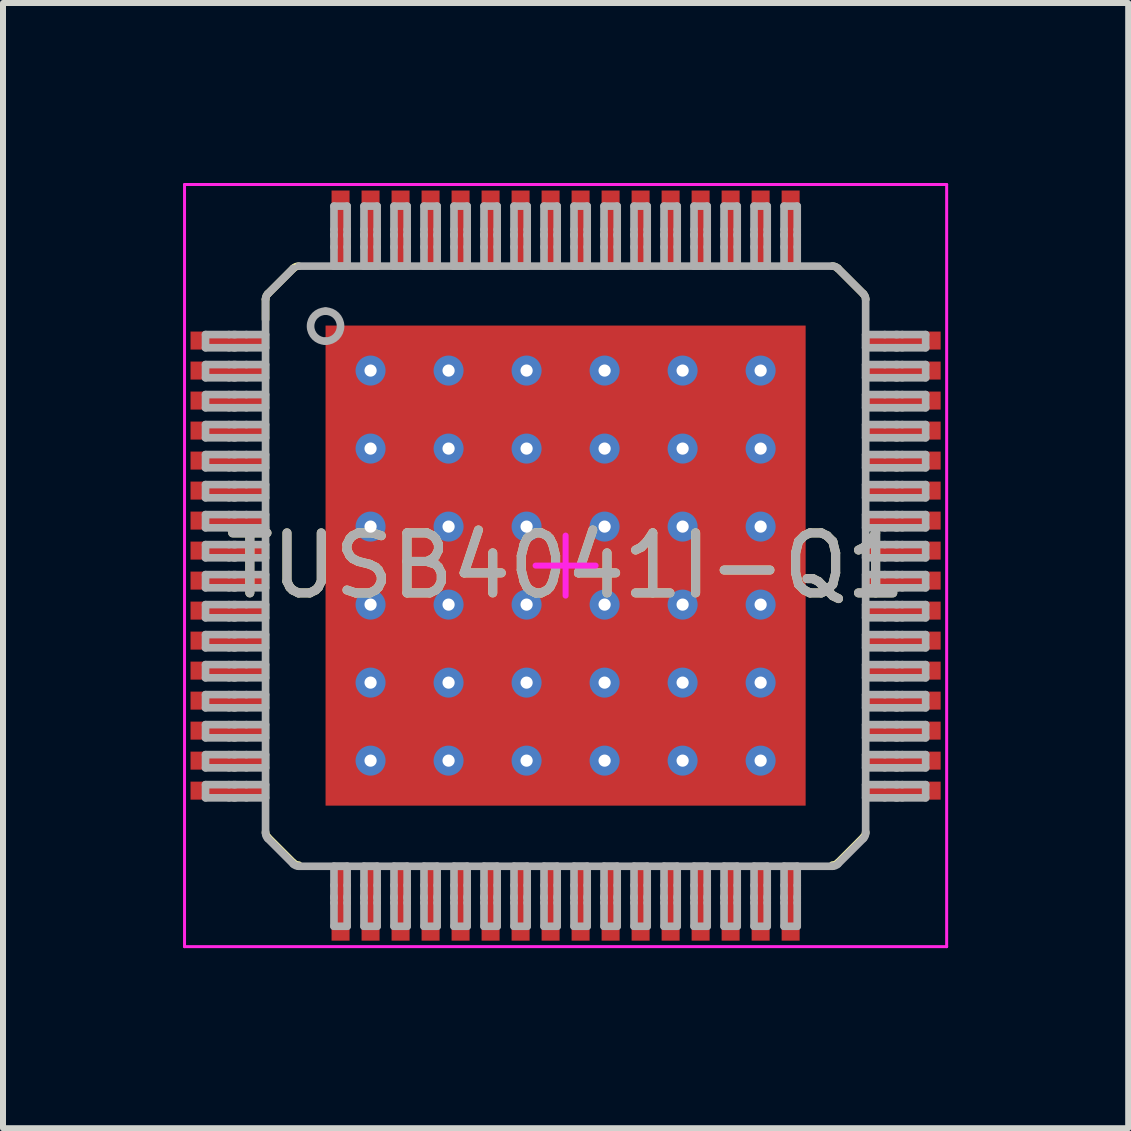
<source format=kicad_pcb>
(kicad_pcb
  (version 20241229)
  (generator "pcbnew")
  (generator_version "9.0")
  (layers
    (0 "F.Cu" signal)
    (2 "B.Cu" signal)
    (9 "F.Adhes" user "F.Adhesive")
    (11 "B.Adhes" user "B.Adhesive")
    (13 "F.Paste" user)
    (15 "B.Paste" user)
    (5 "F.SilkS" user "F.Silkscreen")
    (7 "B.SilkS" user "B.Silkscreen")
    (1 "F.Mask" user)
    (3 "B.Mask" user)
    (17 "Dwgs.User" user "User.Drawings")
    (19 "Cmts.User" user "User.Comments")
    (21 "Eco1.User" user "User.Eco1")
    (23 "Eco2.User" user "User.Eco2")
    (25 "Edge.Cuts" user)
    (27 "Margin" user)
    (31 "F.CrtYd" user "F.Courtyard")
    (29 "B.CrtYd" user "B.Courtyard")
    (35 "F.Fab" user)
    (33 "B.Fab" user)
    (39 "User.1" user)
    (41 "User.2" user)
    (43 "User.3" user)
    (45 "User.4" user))
  (footprint "TUSB4041I-Q1"
    (layer "F.Cu")
    (at 6.375 6.375)
    (property "Reference" "TUSB4041I-Q1" (at 0 0 0) (unlocked yes) (layer "F.SilkS") (effects (font (size 1 1) (thickness 0.15))))
    (attr smd)
    (fp_poly (pts (xy -2.32 2.274) (xy -2.32 -2.274) (xy -2.319 -2.283) (xy -2.316 -2.291) (xy -2.312 -2.299) (xy -2.306 -2.306) (xy -2.299 -2.312) (xy -2.291 -2.316) (xy -2.283 -2.319) (xy -2.274 -2.32) (xy 2.274 -2.32) (xy 2.283 -2.319) (xy 2.291 -2.316) (xy 2.299 -2.312) (xy 2.306 -2.306) (xy 2.312 -2.299) (xy 2.316 -2.291) (xy 2.319 -2.283) (xy 2.32 -2.274) (xy 2.32 2.274) (xy 2.319 2.283) (xy 2.316 2.291) (xy 2.312 2.299) (xy 2.306 2.306) (xy 2.299 2.312) (xy 2.291 2.316) (xy 2.283 2.319) (xy 2.274 2.32) (xy -2.274 2.32) (xy -2.283 2.319) (xy -2.291 2.316) (xy -2.299 2.312) (xy -2.306 2.306) (xy -2.312 2.299) (xy -2.316 2.291) (xy -2.319 2.283)) (stroke (width 0) (type solid)) (fill yes) (layer "F.Mask"))
    (fp_line (start -5 -4.438) (end -5 -4.1) (stroke (width 0.127) (type solid)) (layer "F.SilkS"))
    (fp_line (start -4.963 -4.527) (end -4.537 -4.953) (stroke (width 0.127) (type solid)) (layer "F.SilkS"))
    (fp_line (start -4.963 4.527) (end -4.537 4.953) (stroke (width 0.127) (type solid)) (layer "F.SilkS"))
    (fp_line (start 4.537 -4.953) (end 4.963 -4.527) (stroke (width 0.127) (type solid)) (layer "F.SilkS"))
    (fp_line (start 4.537 4.953) (end 4.963 4.527) (stroke (width 0.127) (type solid)) (layer "F.SilkS"))
    (fp_arc (start -5.000004 -4.437959) (mid -4.990344 -4.485986) (end -4.963224 -4.526783) (stroke (width 0.127) (type solid)) (layer "F.SilkS"))
    (fp_arc (start -4.963225 4.526783) (mid -4.990344 4.485986) (end -5.000004 4.437959) (stroke (width 0.127) (type solid)) (layer "F.SilkS"))
    (fp_arc (start -4.536808 -4.953199) (mid -4.496011 -4.980319) (end -4.447984 -4.989979) (stroke (width 0.127) (type solid)) (layer "F.SilkS"))
    (fp_arc (start -4.447984 4.989979) (mid -4.496011 4.980319) (end -4.536809 4.953199) (stroke (width 0.127) (type solid)) (layer "F.SilkS"))
    (fp_arc (start 4.447984 -4.989979) (mid 4.496011 -4.980319) (end 4.536809 -4.953199) (stroke (width 0.127) (type solid)) (layer "F.SilkS"))
    (fp_arc (start 4.536808 4.953199) (mid 4.496011 4.980319) (end 4.447984 4.989979) (stroke (width 0.127) (type solid)) (layer "F.SilkS"))
    (fp_arc (start 4.963225 -4.526783) (mid 4.990344 -4.485986) (end 5.000004 -4.437959) (stroke (width 0.127) (type solid)) (layer "F.SilkS"))
    (fp_arc (start 5.000004 4.437959) (mid 4.990344 4.485986) (end 4.963224 4.526783) (stroke (width 0.127) (type solid)) (layer "F.SilkS"))
    (fp_poly (pts (xy -2.32 2.274) (xy -2.32 -2.274) (xy -2.319 -2.283) (xy -2.316 -2.291) (xy -2.312 -2.299) (xy -2.306 -2.306) (xy -2.299 -2.312) (xy -2.291 -2.316) (xy -2.283 -2.319) (xy -2.274 -2.32) (xy 2.274 -2.32) (xy 2.283 -2.319) (xy 2.291 -2.316) (xy 2.299 -2.312) (xy 2.306 -2.306) (xy 2.312 -2.299) (xy 2.316 -2.291) (xy 2.319 -2.283) (xy 2.32 -2.274) (xy 2.32 2.274) (xy 2.319 2.283) (xy 2.316 2.291) (xy 2.312 2.299) (xy 2.306 2.306) (xy 2.299 2.312) (xy 2.291 2.316) (xy 2.283 2.319) (xy 2.274 2.32) (xy -2.274 2.32) (xy -2.283 2.319) (xy -2.291 2.316) (xy -2.299 2.312) (xy -2.306 2.306) (xy -2.312 2.299) (xy -2.316 2.291) (xy -2.319 2.283)) (stroke (width 0) (type solid)) (fill yes) (layer "F.Paste"))
    (fp_line (start -6.35 -6.35) (end 6.35 -6.35) (stroke (width 0.05) (type solid)) (layer "F.CrtYd"))
    (fp_line (start -6.35 6.35) (end -6.35 -6.35) (stroke (width 0.05) (type solid)) (layer "F.CrtYd"))
    (fp_line (start -6.35 6.35) (end 6.35 6.35) (stroke (width 0.05) (type solid)) (layer "F.CrtYd"))
    (fp_line (start -0.5 0) (end 0.5 0) (stroke (width 0.1) (type solid)) (layer "F.CrtYd"))
    (fp_line (start 0 0.5) (end 0 -0.5) (stroke (width 0.1) (type solid)) (layer "F.CrtYd"))
    (fp_line (start 6.35 6.35) (end 6.35 -6.35) (stroke (width 0.05) (type solid)) (layer "F.CrtYd"))
    (fp_line (start -6 -3.85) (end -5.61 -3.85) (stroke (width 0.127) (type solid)) (layer "F.Fab"))
    (fp_line (start -6 -3.63) (end -6 -3.85) (stroke (width 0.127) (type solid)) (layer "F.Fab"))
    (fp_line (start -6 -3.63) (end -5.61 -3.63) (stroke (width 0.127) (type solid)) (layer "F.Fab"))
    (fp_line (start -6 -3.35) (end -5.61 -3.35) (stroke (width 0.127) (type solid)) (layer "F.Fab"))
    (fp_line (start -6 -3.13) (end -6 -3.35) (stroke (width 0.127) (type solid)) (layer "F.Fab"))
    (fp_line (start -6 -3.13) (end -5.61 -3.13) (stroke (width 0.127) (type solid)) (layer "F.Fab"))
    (fp_line (start -6 -2.85) (end -5.61 -2.85) (stroke (width 0.127) (type solid)) (layer "F.Fab"))
    (fp_line (start -6 -2.63) (end -6 -2.85) (stroke (width 0.127) (type solid)) (layer "F.Fab"))
    (fp_line (start -6 -2.63) (end -5.61 -2.63) (stroke (width 0.127) (type solid)) (layer "F.Fab"))
    (fp_line (start -6 -2.35) (end -5.61 -2.35) (stroke (width 0.127) (type solid)) (layer "F.Fab"))
    (fp_line (start -6 -2.13) (end -6 -2.35) (stroke (width 0.127) (type solid)) (layer "F.Fab"))
    (fp_line (start -6 -2.13) (end -5.61 -2.13) (stroke (width 0.127) (type solid)) (layer "F.Fab"))
    (fp_line (start -6 -1.85) (end -5.61 -1.85) (stroke (width 0.127) (type solid)) (layer "F.Fab"))
    (fp_line (start -6 -1.63) (end -6 -1.85) (stroke (width 0.127) (type solid)) (layer "F.Fab"))
    (fp_line (start -6 -1.63) (end -5.61 -1.63) (stroke (width 0.127) (type solid)) (layer "F.Fab"))
    (fp_line (start -6 -1.35) (end -5.61 -1.35) (stroke (width 0.127) (type solid)) (layer "F.Fab"))
    (fp_line (start -6 -1.13) (end -6 -1.35) (stroke (width 0.127) (type solid)) (layer "F.Fab"))
    (fp_line (start -6 -1.13) (end -5.61 -1.13) (stroke (width 0.127) (type solid)) (layer "F.Fab"))
    (fp_line (start -6 -0.85) (end -5.61 -0.85) (stroke (width 0.127) (type solid)) (layer "F.Fab"))
    (fp_line (start -6 -0.63) (end -6 -0.85) (stroke (width 0.127) (type solid)) (layer "F.Fab"))
    (fp_line (start -6 -0.63) (end -5.61 -0.63) (stroke (width 0.127) (type solid)) (layer "F.Fab"))
    (fp_line (start -6 -0.35) (end -5.61 -0.35) (stroke (width 0.127) (type solid)) (layer "F.Fab"))
    (fp_line (start -6 -0.13) (end -6 -0.35) (stroke (width 0.127) (type solid)) (layer "F.Fab"))
    (fp_line (start -6 -0.13) (end -5.61 -0.13) (stroke (width 0.127) (type solid)) (layer "F.Fab"))
    (fp_line (start -6 0.15) (end -5.61 0.15) (stroke (width 0.127) (type solid)) (layer "F.Fab"))
    (fp_line (start -6 0.37) (end -6 0.15) (stroke (width 0.127) (type solid)) (layer "F.Fab"))
    (fp_line (start -6 0.37) (end -5.61 0.37) (stroke (width 0.127) (type solid)) (layer "F.Fab"))
    (fp_line (start -6 0.65) (end -5.61 0.65) (stroke (width 0.127) (type solid)) (layer "F.Fab"))
    (fp_line (start -6 0.87) (end -6 0.65) (stroke (width 0.127) (type solid)) (layer "F.Fab"))
    (fp_line (start -6 0.87) (end -5.61 0.87) (stroke (width 0.127) (type solid)) (layer "F.Fab"))
    (fp_line (start -6 1.15) (end -5.61 1.15) (stroke (width 0.127) (type solid)) (layer "F.Fab"))
    (fp_line (start -6 1.37) (end -6 1.15) (stroke (width 0.127) (type solid)) (layer "F.Fab"))
    (fp_line (start -6 1.37) (end -5.61 1.37) (stroke (width 0.127) (type solid)) (layer "F.Fab"))
    (fp_line (start -6 1.65) (end -5.61 1.65) (stroke (width 0.127) (type solid)) (layer "F.Fab"))
    (fp_line (start -6 1.87) (end -6 1.65) (stroke (width 0.127) (type solid)) (layer "F.Fab"))
    (fp_line (start -6 1.87) (end -5.61 1.87) (stroke (width 0.127) (type solid)) (layer "F.Fab"))
    (fp_line (start -6 2.15) (end -5.61 2.15) (stroke (width 0.127) (type solid)) (layer "F.Fab"))
    (fp_line (start -6 2.37) (end -6 2.15) (stroke (width 0.127) (type solid)) (layer "F.Fab"))
    (fp_line (start -6 2.37) (end -5.61 2.37) (stroke (width 0.127) (type solid)) (layer "F.Fab"))
    (fp_line (start -6 2.65) (end -5.61 2.65) (stroke (width 0.127) (type solid)) (layer "F.Fab"))
    (fp_line (start -6 2.87) (end -6 2.65) (stroke (width 0.127) (type solid)) (layer "F.Fab"))
    (fp_line (start -6 2.87) (end -5.61 2.87) (stroke (width 0.127) (type solid)) (layer "F.Fab"))
    (fp_line (start -6 3.15) (end -5.61 3.15) (stroke (width 0.127) (type solid)) (layer "F.Fab"))
    (fp_line (start -6 3.37) (end -6 3.15) (stroke (width 0.127) (type solid)) (layer "F.Fab"))
    (fp_line (start -6 3.37) (end -5.61 3.37) (stroke (width 0.127) (type solid)) (layer "F.Fab"))
    (fp_line (start -6 3.65) (end -5.61 3.65) (stroke (width 0.127) (type solid)) (layer "F.Fab"))
    (fp_line (start -6 3.87) (end -6 3.65) (stroke (width 0.127) (type solid)) (layer "F.Fab"))
    (fp_line (start -6 3.87) (end -5.61 3.87) (stroke (width 0.127) (type solid)) (layer "F.Fab"))
    (fp_line (start -5.61 -3.85) (end -5.53 -3.85) (stroke (width 0.127) (type solid)) (layer "F.Fab"))
    (fp_line (start -5.61 -3.63) (end -5.53 -3.63) (stroke (width 0.127) (type solid)) (layer "F.Fab"))
    (fp_line (start -5.61 -3.35) (end -5.53 -3.35) (stroke (width 0.127) (type solid)) (layer "F.Fab"))
    (fp_line (start -5.61 -3.13) (end -5.53 -3.13) (stroke (width 0.127) (type solid)) (layer "F.Fab"))
    (fp_line (start -5.61 -2.85) (end -5.53 -2.85) (stroke (width 0.127) (type solid)) (layer "F.Fab"))
    (fp_line (start -5.61 -2.63) (end -5.53 -2.63) (stroke (width 0.127) (type solid)) (layer "F.Fab"))
    (fp_line (start -5.61 -2.35) (end -5.53 -2.35) (stroke (width 0.127) (type solid)) (layer "F.Fab"))
    (fp_line (start -5.61 -2.13) (end -5.53 -2.13) (stroke (width 0.127) (type solid)) (layer "F.Fab"))
    (fp_line (start -5.61 -1.85) (end -5.53 -1.85) (stroke (width 0.127) (type solid)) (layer "F.Fab"))
    (fp_line (start -5.61 -1.63) (end -5.53 -1.63) (stroke (width 0.127) (type solid)) (layer "F.Fab"))
    (fp_line (start -5.61 -1.35) (end -5.53 -1.35) (stroke (width 0.127) (type solid)) (layer "F.Fab"))
    (fp_line (start -5.61 -1.13) (end -5.53 -1.13) (stroke (width 0.127) (type solid)) (layer "F.Fab"))
    (fp_line (start -5.61 -0.85) (end -5.53 -0.85) (stroke (width 0.127) (type solid)) (layer "F.Fab"))
    (fp_line (start -5.61 -0.63) (end -5.53 -0.63) (stroke (width 0.127) (type solid)) (layer "F.Fab"))
    (fp_line (start -5.61 -0.35) (end -5.53 -0.35) (stroke (width 0.127) (type solid)) (layer "F.Fab"))
    (fp_line (start -5.61 -0.13) (end -5.53 -0.13) (stroke (width 0.127) (type solid)) (layer "F.Fab"))
    (fp_line (start -5.61 0.15) (end -5.53 0.15) (stroke (width 0.127) (type solid)) (layer "F.Fab"))
    (fp_line (start -5.61 0.37) (end -5.53 0.37) (stroke (width 0.127) (type solid)) (layer "F.Fab"))
    (fp_line (start -5.61 0.65) (end -5.53 0.65) (stroke (width 0.127) (type solid)) (layer "F.Fab"))
    (fp_line (start -5.61 0.87) (end -5.53 0.87) (stroke (width 0.127) (type solid)) (layer "F.Fab"))
    (fp_line (start -5.61 1.15) (end -5.53 1.15) (stroke (width 0.127) (type solid)) (layer "F.Fab"))
    (fp_line (start -5.61 1.37) (end -5.53 1.37) (stroke (width 0.127) (type solid)) (layer "F.Fab"))
    (fp_line (start -5.61 1.65) (end -5.53 1.65) (stroke (width 0.127) (type solid)) (layer "F.Fab"))
    (fp_line (start -5.61 1.87) (end -5.53 1.87) (stroke (width 0.127) (type solid)) (layer "F.Fab"))
    (fp_line (start -5.61 2.15) (end -5.53 2.15) (stroke (width 0.127) (type solid)) (layer "F.Fab"))
    (fp_line (start -5.61 2.37) (end -5.53 2.37) (stroke (width 0.127) (type solid)) (layer "F.Fab"))
    (fp_line (start -5.61 2.65) (end -5.53 2.65) (stroke (width 0.127) (type solid)) (layer "F.Fab"))
    (fp_line (start -5.61 2.87) (end -5.53 2.87) (stroke (width 0.127) (type solid)) (layer "F.Fab"))
    (fp_line (start -5.61 3.15) (end -5.53 3.15) (stroke (width 0.127) (type solid)) (layer "F.Fab"))
    (fp_line (start -5.61 3.37) (end -5.53 3.37) (stroke (width 0.127) (type solid)) (layer "F.Fab"))
    (fp_line (start -5.61 3.65) (end -5.53 3.65) (stroke (width 0.127) (type solid)) (layer "F.Fab"))
    (fp_line (start -5.61 3.87) (end -5.53 3.87) (stroke (width 0.127) (type solid)) (layer "F.Fab"))
    (fp_line (start -5.53 -3.85) (end -5.503 -3.85) (stroke (width 0.127) (type solid)) (layer "F.Fab"))
    (fp_line (start -5.53 -3.63) (end -5.503 -3.63) (stroke (width 0.127) (type solid)) (layer "F.Fab"))
    (fp_line (start -5.53 -3.35) (end -5.503 -3.35) (stroke (width 0.127) (type solid)) (layer "F.Fab"))
    (fp_line (start -5.53 -3.13) (end -5.503 -3.13) (stroke (width 0.127) (type solid)) (layer "F.Fab"))
    (fp_line (start -5.53 -2.85) (end -5.503 -2.85) (stroke (width 0.127) (type solid)) (layer "F.Fab"))
    (fp_line (start -5.53 -2.63) (end -5.503 -2.63) (stroke (width 0.127) (type solid)) (layer "F.Fab"))
    (fp_line (start -5.53 -2.35) (end -5.503 -2.35) (stroke (width 0.127) (type solid)) (layer "F.Fab"))
    (fp_line (start -5.53 -2.13) (end -5.503 -2.13) (stroke (width 0.127) (type solid)) (layer "F.Fab"))
    (fp_line (start -5.53 -1.85) (end -5.503 -1.85) (stroke (width 0.127) (type solid)) (layer "F.Fab"))
    (fp_line (start -5.53 -1.63) (end -5.503 -1.63) (stroke (width 0.127) (type solid)) (layer "F.Fab"))
    (fp_line (start -5.53 -1.35) (end -5.503 -1.35) (stroke (width 0.127) (type solid)) (layer "F.Fab"))
    (fp_line (start -5.53 -1.13) (end -5.503 -1.13) (stroke (width 0.127) (type solid)) (layer "F.Fab"))
    (fp_line (start -5.53 -0.85) (end -5.503 -0.85) (stroke (width 0.127) (type solid)) (layer "F.Fab"))
    (fp_line (start -5.53 -0.63) (end -5.503 -0.63) (stroke (width 0.127) (type solid)) (layer "F.Fab"))
    (fp_line (start -5.53 -0.35) (end -5.503 -0.35) (stroke (width 0.127) (type solid)) (layer "F.Fab"))
    (fp_line (start -5.53 -0.13) (end -5.503 -0.13) (stroke (width 0.127) (type solid)) (layer "F.Fab"))
    (fp_line (start -5.53 0.15) (end -5.503 0.15) (stroke (width 0.127) (type solid)) (layer "F.Fab"))
    (fp_line (start -5.53 0.37) (end -5.503 0.37) (stroke (width 0.127) (type solid)) (layer "F.Fab"))
    (fp_line (start -5.53 0.65) (end -5.503 0.65) (stroke (width 0.127) (type solid)) (layer "F.Fab"))
    (fp_line (start -5.53 0.87) (end -5.503 0.87) (stroke (width 0.127) (type solid)) (layer "F.Fab"))
    (fp_line (start -5.53 1.15) (end -5.503 1.15) (stroke (width 0.127) (type solid)) (layer "F.Fab"))
    (fp_line (start -5.53 1.37) (end -5.503 1.37) (stroke (width 0.127) (type solid)) (layer "F.Fab"))
    (fp_line (start -5.53 1.65) (end -5.503 1.65) (stroke (width 0.127) (type solid)) (layer "F.Fab"))
    (fp_line (start -5.53 1.87) (end -5.503 1.87) (stroke (width 0.127) (type solid)) (layer "F.Fab"))
    (fp_line (start -5.53 2.15) (end -5.503 2.15) (stroke (width 0.127) (type solid)) (layer "F.Fab"))
    (fp_line (start -5.53 2.37) (end -5.503 2.37) (stroke (width 0.127) (type solid)) (layer "F.Fab"))
    (fp_line (start -5.53 2.65) (end -5.503 2.65) (stroke (width 0.127) (type solid)) (layer "F.Fab"))
    (fp_line (start -5.53 2.87) (end -5.503 2.87) (stroke (width 0.127) (type solid)) (layer "F.Fab"))
    (fp_line (start -5.53 3.15) (end -5.503 3.15) (stroke (width 0.127) (type solid)) (layer "F.Fab"))
    (fp_line (start -5.53 3.37) (end -5.503 3.37) (stroke (width 0.127) (type solid)) (layer "F.Fab"))
    (fp_line (start -5.53 3.65) (end -5.503 3.65) (stroke (width 0.127) (type solid)) (layer "F.Fab"))
    (fp_line (start -5.53 3.87) (end -5.503 3.87) (stroke (width 0.127) (type solid)) (layer "F.Fab"))
    (fp_line (start -5.503 -3.85) (end -5.319 -3.85) (stroke (width 0.127) (type solid)) (layer "F.Fab"))
    (fp_line (start -5.503 -3.63) (end -5.319 -3.63) (stroke (width 0.127) (type solid)) (layer "F.Fab"))
    (fp_line (start -5.503 -3.35) (end -5.319 -3.35) (stroke (width 0.127) (type solid)) (layer "F.Fab"))
    (fp_line (start -5.503 -3.13) (end -5.319 -3.13) (stroke (width 0.127) (type solid)) (layer "F.Fab"))
    (fp_line (start -5.503 -2.85) (end -5.319 -2.85) (stroke (width 0.127) (type solid)) (layer "F.Fab"))
    (fp_line (start -5.503 -2.63) (end -5.319 -2.63) (stroke (width 0.127) (type solid)) (layer "F.Fab"))
    (fp_line (start -5.503 -2.35) (end -5.319 -2.35) (stroke (width 0.127) (type solid)) (layer "F.Fab"))
    (fp_line (start -5.503 -2.13) (end -5.319 -2.13) (stroke (width 0.127) (type solid)) (layer "F.Fab"))
    (fp_line (start -5.503 -1.85) (end -5.319 -1.85) (stroke (width 0.127) (type solid)) (layer "F.Fab"))
    (fp_line (start -5.503 -1.63) (end -5.319 -1.63) (stroke (width 0.127) (type solid)) (layer "F.Fab"))
    (fp_line (start -5.503 -1.35) (end -5.319 -1.35) (stroke (width 0.127) (type solid)) (layer "F.Fab"))
    (fp_line (start -5.503 -1.13) (end -5.319 -1.13) (stroke (width 0.127) (type solid)) (layer "F.Fab"))
    (fp_line (start -5.503 -0.85) (end -5.319 -0.85) (stroke (width 0.127) (type solid)) (layer "F.Fab"))
    (fp_line (start -5.503 -0.63) (end -5.319 -0.63) (stroke (width 0.127) (type solid)) (layer "F.Fab"))
    (fp_line (start -5.503 -0.35) (end -5.319 -0.35) (stroke (width 0.127) (type solid)) (layer "F.Fab"))
    (fp_line (start -5.503 -0.13) (end -5.319 -0.13) (stroke (width 0.127) (type solid)) (layer "F.Fab"))
    (fp_line (start -5.503 0.15) (end -5.319 0.15) (stroke (width 0.127) (type solid)) (layer "F.Fab"))
    (fp_line (start -5.503 0.37) (end -5.319 0.37) (stroke (width 0.127) (type solid)) (layer "F.Fab"))
    (fp_line (start -5.503 0.65) (end -5.319 0.65) (stroke (width 0.127) (type solid)) (layer "F.Fab"))
    (fp_line (start -5.503 0.87) (end -5.319 0.87) (stroke (width 0.127) (type solid)) (layer "F.Fab"))
    (fp_line (start -5.503 1.15) (end -5.319 1.15) (stroke (width 0.127) (type solid)) (layer "F.Fab"))
    (fp_line (start -5.503 1.37) (end -5.319 1.37) (stroke (width 0.127) (type solid)) (layer "F.Fab"))
    (fp_line (start -5.503 1.65) (end -5.319 1.65) (stroke (width 0.127) (type solid)) (layer "F.Fab"))
    (fp_line (start -5.503 1.87) (end -5.319 1.87) (stroke (width 0.127) (type solid)) (layer "F.Fab"))
    (fp_line (start -5.503 2.15) (end -5.319 2.15) (stroke (width 0.127) (type solid)) (layer "F.Fab"))
    (fp_line (start -5.503 2.37) (end -5.319 2.37) (stroke (width 0.127) (type solid)) (layer "F.Fab"))
    (fp_line (start -5.503 2.65) (end -5.319 2.65) (stroke (width 0.127) (type solid)) (layer "F.Fab"))
    (fp_line (start -5.503 2.87) (end -5.319 2.87) (stroke (width 0.127) (type solid)) (layer "F.Fab"))
    (fp_line (start -5.503 3.15) (end -5.319 3.15) (stroke (width 0.127) (type solid)) (layer "F.Fab"))
    (fp_line (start -5.503 3.37) (end -5.319 3.37) (stroke (width 0.127) (type solid)) (layer "F.Fab"))
    (fp_line (start -5.503 3.65) (end -5.319 3.65) (stroke (width 0.127) (type solid)) (layer "F.Fab"))
    (fp_line (start -5.503 3.87) (end -5.319 3.87) (stroke (width 0.127) (type solid)) (layer "F.Fab"))
    (fp_line (start -5.319 -3.85) (end -5 -3.85) (stroke (width 0.127) (type solid)) (layer "F.Fab"))
    (fp_line (start -5.319 -3.63) (end -5 -3.63) (stroke (width 0.127) (type solid)) (layer "F.Fab"))
    (fp_line (start -5.319 -3.35) (end -5 -3.35) (stroke (width 0.127) (type solid)) (layer "F.Fab"))
    (fp_line (start -5.319 -3.13) (end -5 -3.13) (stroke (width 0.127) (type solid)) (layer "F.Fab"))
    (fp_line (start -5.319 -2.85) (end -5 -2.85) (stroke (width 0.127) (type solid)) (layer "F.Fab"))
    (fp_line (start -5.319 -2.63) (end -5 -2.63) (stroke (width 0.127) (type solid)) (layer "F.Fab"))
    (fp_line (start -5.319 -2.35) (end -5 -2.35) (stroke (width 0.127) (type solid)) (layer "F.Fab"))
    (fp_line (start -5.319 -2.13) (end -5 -2.13) (stroke (width 0.127) (type solid)) (layer "F.Fab"))
    (fp_line (start -5.319 -1.85) (end -5 -1.85) (stroke (width 0.127) (type solid)) (layer "F.Fab"))
    (fp_line (start -5.319 -1.63) (end -5 -1.63) (stroke (width 0.127) (type solid)) (layer "F.Fab"))
    (fp_line (start -5.319 -1.35) (end -5 -1.35) (stroke (width 0.127) (type solid)) (layer "F.Fab"))
    (fp_line (start -5.319 -1.13) (end -5 -1.13) (stroke (width 0.127) (type solid)) (layer "F.Fab"))
    (fp_line (start -5.319 -0.85) (end -5 -0.85) (stroke (width 0.127) (type solid)) (layer "F.Fab"))
    (fp_line (start -5.319 -0.63) (end -5 -0.63) (stroke (width 0.127) (type solid)) (layer "F.Fab"))
    (fp_line (start -5.319 -0.35) (end -5 -0.35) (stroke (width 0.127) (type solid)) (layer "F.Fab"))
    (fp_line (start -5.319 -0.13) (end -5 -0.13) (stroke (width 0.127) (type solid)) (layer "F.Fab"))
    (fp_line (start -5.319 0.15) (end -5 0.15) (stroke (width 0.127) (type solid)) (layer "F.Fab"))
    (fp_line (start -5.319 0.37) (end -5 0.37) (stroke (width 0.127) (type solid)) (layer "F.Fab"))
    (fp_line (start -5.319 0.65) (end -5 0.65) (stroke (width 0.127) (type solid)) (layer "F.Fab"))
    (fp_line (start -5.319 0.87) (end -5 0.87) (stroke (width 0.127) (type solid)) (layer "F.Fab"))
    (fp_line (start -5.319 1.15) (end -5 1.15) (stroke (width 0.127) (type solid)) (layer "F.Fab"))
    (fp_line (start -5.319 1.37) (end -5 1.37) (stroke (width 0.127) (type solid)) (layer "F.Fab"))
    (fp_line (start -5.319 1.65) (end -5 1.65) (stroke (width 0.127) (type solid)) (layer "F.Fab"))
    (fp_line (start -5.319 1.87) (end -5 1.87) (stroke (width 0.127) (type solid)) (layer "F.Fab"))
    (fp_line (start -5.319 2.15) (end -5 2.15) (stroke (width 0.127) (type solid)) (layer "F.Fab"))
    (fp_line (start -5.319 2.37) (end -5 2.37) (stroke (width 0.127) (type solid)) (layer "F.Fab"))
    (fp_line (start -5.319 2.65) (end -5 2.65) (stroke (width 0.127) (type solid)) (layer "F.Fab"))
    (fp_line (start -5.319 2.87) (end -5 2.87) (stroke (width 0.127) (type solid)) (layer "F.Fab"))
    (fp_line (start -5.319 3.15) (end -5 3.15) (stroke (width 0.127) (type solid)) (layer "F.Fab"))
    (fp_line (start -5.319 3.37) (end -5 3.37) (stroke (width 0.127) (type solid)) (layer "F.Fab"))
    (fp_line (start -5.319 3.65) (end -5 3.65) (stroke (width 0.127) (type solid)) (layer "F.Fab"))
    (fp_line (start -5.319 3.87) (end -5 3.87) (stroke (width 0.127) (type solid)) (layer "F.Fab"))
    (fp_line (start -5 -3.63) (end -5 -3.85) (stroke (width 0.127) (type solid)) (layer "F.Fab"))
    (fp_line (start -5 -3.13) (end -5 -3.35) (stroke (width 0.127) (type solid)) (layer "F.Fab"))
    (fp_line (start -5 -2.63) (end -5 -2.85) (stroke (width 0.127) (type solid)) (layer "F.Fab"))
    (fp_line (start -5 -2.13) (end -5 -2.35) (stroke (width 0.127) (type solid)) (layer "F.Fab"))
    (fp_line (start -5 -1.63) (end -5 -1.85) (stroke (width 0.127) (type solid)) (layer "F.Fab"))
    (fp_line (start -5 -1.13) (end -5 -1.35) (stroke (width 0.127) (type solid)) (layer "F.Fab"))
    (fp_line (start -5 -0.63) (end -5 -0.85) (stroke (width 0.127) (type solid)) (layer "F.Fab"))
    (fp_line (start -5 -0.13) (end -5 -0.35) (stroke (width 0.127) (type solid)) (layer "F.Fab"))
    (fp_line (start -5 0.37) (end -5 0.15) (stroke (width 0.127) (type solid)) (layer "F.Fab"))
    (fp_line (start -5 0.87) (end -5 0.65) (stroke (width 0.127) (type solid)) (layer "F.Fab"))
    (fp_line (start -5 1.37) (end -5 1.15) (stroke (width 0.127) (type solid)) (layer "F.Fab"))
    (fp_line (start -5 1.87) (end -5 1.65) (stroke (width 0.127) (type solid)) (layer "F.Fab"))
    (fp_line (start -5 2.37) (end -5 2.15) (stroke (width 0.127) (type solid)) (layer "F.Fab"))
    (fp_line (start -5 2.87) (end -5 2.65) (stroke (width 0.127) (type solid)) (layer "F.Fab"))
    (fp_line (start -5 3.37) (end -5 3.15) (stroke (width 0.127) (type solid)) (layer "F.Fab"))
    (fp_line (start -5 3.87) (end -5 3.65) (stroke (width 0.127) (type solid)) (layer "F.Fab"))
    (fp_line (start -5 4.458) (end -5 -4.438) (stroke (width 0.127) (type solid)) (layer "F.Fab"))
    (fp_line (start -4.963 -4.527) (end -4.537 -4.953) (stroke (width 0.127) (type solid)) (layer "F.Fab"))
    (fp_line (start -4.963 4.547) (end -4.537 4.973) (stroke (width 0.127) (type solid)) (layer "F.Fab"))
    (fp_line (start -4.448 -4.99) (end 4.448 -4.99) (stroke (width 0.127) (type solid)) (layer "F.Fab"))
    (fp_line (start -4.448 5.01) (end 4.448 5.01) (stroke (width 0.127) (type solid)) (layer "F.Fab"))
    (fp_line (start -3.86 -5.99) (end -3.64 -5.99) (stroke (width 0.127) (type solid)) (layer "F.Fab"))
    (fp_line (start -3.86 -5.6) (end -3.86 -5.99) (stroke (width 0.127) (type solid)) (layer "F.Fab"))
    (fp_line (start -3.86 -5.52) (end -3.86 -5.6) (stroke (width 0.127) (type solid)) (layer "F.Fab"))
    (fp_line (start -3.86 -5.493) (end -3.86 -5.52) (stroke (width 0.127) (type solid)) (layer "F.Fab"))
    (fp_line (start -3.86 -5.309) (end -3.86 -5.493) (stroke (width 0.127) (type solid)) (layer "F.Fab"))
    (fp_line (start -3.86 -4.99) (end -3.86 -5.309) (stroke (width 0.127) (type solid)) (layer "F.Fab"))
    (fp_line (start -3.86 -4.99) (end -3.64 -4.99) (stroke (width 0.127) (type solid)) (layer "F.Fab"))
    (fp_line (start -3.86 5.01) (end -3.64 5.01) (stroke (width 0.127) (type solid)) (layer "F.Fab"))
    (fp_line (start -3.86 5.329) (end -3.86 5.01) (stroke (width 0.127) (type solid)) (layer "F.Fab"))
    (fp_line (start -3.86 5.513) (end -3.86 5.329) (stroke (width 0.127) (type solid)) (layer "F.Fab"))
    (fp_line (start -3.86 5.54) (end -3.86 5.513) (stroke (width 0.127) (type solid)) (layer "F.Fab"))
    (fp_line (start -3.86 5.62) (end -3.86 5.54) (stroke (width 0.127) (type solid)) (layer "F.Fab"))
    (fp_line (start -3.86 6.01) (end -3.86 5.62) (stroke (width 0.127) (type solid)) (layer "F.Fab"))
    (fp_line (start -3.86 6.01) (end -3.64 6.01) (stroke (width 0.127) (type solid)) (layer "F.Fab"))
    (fp_line (start -3.64 -5.6) (end -3.64 -5.99) (stroke (width 0.127) (type solid)) (layer "F.Fab"))
    (fp_line (start -3.64 -5.52) (end -3.64 -5.6) (stroke (width 0.127) (type solid)) (layer "F.Fab"))
    (fp_line (start -3.64 -5.493) (end -3.64 -5.52) (stroke (width 0.127) (type solid)) (layer "F.Fab"))
    (fp_line (start -3.64 -5.309) (end -3.64 -5.493) (stroke (width 0.127) (type solid)) (layer "F.Fab"))
    (fp_line (start -3.64 -4.99) (end -3.64 -5.309) (stroke (width 0.127) (type solid)) (layer "F.Fab"))
    (fp_line (start -3.64 5.329) (end -3.64 5.01) (stroke (width 0.127) (type solid)) (layer "F.Fab"))
    (fp_line (start -3.64 5.513) (end -3.64 5.329) (stroke (width 0.127) (type solid)) (layer "F.Fab"))
    (fp_line (start -3.64 5.54) (end -3.64 5.513) (stroke (width 0.127) (type solid)) (layer "F.Fab"))
    (fp_line (start -3.64 5.62) (end -3.64 5.54) (stroke (width 0.127) (type solid)) (layer "F.Fab"))
    (fp_line (start -3.64 6.01) (end -3.64 5.62) (stroke (width 0.127) (type solid)) (layer "F.Fab"))
    (fp_line (start -3.36 -5.99) (end -3.14 -5.99) (stroke (width 0.127) (type solid)) (layer "F.Fab"))
    (fp_line (start -3.36 -5.6) (end -3.36 -5.99) (stroke (width 0.127) (type solid)) (layer "F.Fab"))
    (fp_line (start -3.36 -5.52) (end -3.36 -5.6) (stroke (width 0.127) (type solid)) (layer "F.Fab"))
    (fp_line (start -3.36 -5.493) (end -3.36 -5.52) (stroke (width 0.127) (type solid)) (layer "F.Fab"))
    (fp_line (start -3.36 -5.309) (end -3.36 -5.493) (stroke (width 0.127) (type solid)) (layer "F.Fab"))
    (fp_line (start -3.36 -4.99) (end -3.36 -5.309) (stroke (width 0.127) (type solid)) (layer "F.Fab"))
    (fp_line (start -3.36 -4.99) (end -3.14 -4.99) (stroke (width 0.127) (type solid)) (layer "F.Fab"))
    (fp_line (start -3.36 5.01) (end -3.14 5.01) (stroke (width 0.127) (type solid)) (layer "F.Fab"))
    (fp_line (start -3.36 5.329) (end -3.36 5.01) (stroke (width 0.127) (type solid)) (layer "F.Fab"))
    (fp_line (start -3.36 5.513) (end -3.36 5.329) (stroke (width 0.127) (type solid)) (layer "F.Fab"))
    (fp_line (start -3.36 5.54) (end -3.36 5.513) (stroke (width 0.127) (type solid)) (layer "F.Fab"))
    (fp_line (start -3.36 5.62) (end -3.36 5.54) (stroke (width 0.127) (type solid)) (layer "F.Fab"))
    (fp_line (start -3.36 6.01) (end -3.36 5.62) (stroke (width 0.127) (type solid)) (layer "F.Fab"))
    (fp_line (start -3.36 6.01) (end -3.14 6.01) (stroke (width 0.127) (type solid)) (layer "F.Fab"))
    (fp_line (start -3.14 -5.6) (end -3.14 -5.99) (stroke (width 0.127) (type solid)) (layer "F.Fab"))
    (fp_line (start -3.14 -5.52) (end -3.14 -5.6) (stroke (width 0.127) (type solid)) (layer "F.Fab"))
    (fp_line (start -3.14 -5.493) (end -3.14 -5.52) (stroke (width 0.127) (type solid)) (layer "F.Fab"))
    (fp_line (start -3.14 -5.309) (end -3.14 -5.493) (stroke (width 0.127) (type solid)) (layer "F.Fab"))
    (fp_line (start -3.14 -4.99) (end -3.14 -5.309) (stroke (width 0.127) (type solid)) (layer "F.Fab"))
    (fp_line (start -3.14 5.329) (end -3.14 5.01) (stroke (width 0.127) (type solid)) (layer "F.Fab"))
    (fp_line (start -3.14 5.513) (end -3.14 5.329) (stroke (width 0.127) (type solid)) (layer "F.Fab"))
    (fp_line (start -3.14 5.54) (end -3.14 5.513) (stroke (width 0.127) (type solid)) (layer "F.Fab"))
    (fp_line (start -3.14 5.62) (end -3.14 5.54) (stroke (width 0.127) (type solid)) (layer "F.Fab"))
    (fp_line (start -3.14 6.01) (end -3.14 5.62) (stroke (width 0.127) (type solid)) (layer "F.Fab"))
    (fp_line (start -2.86 -5.99) (end -2.64 -5.99) (stroke (width 0.127) (type solid)) (layer "F.Fab"))
    (fp_line (start -2.86 -5.6) (end -2.86 -5.99) (stroke (width 0.127) (type solid)) (layer "F.Fab"))
    (fp_line (start -2.86 -5.52) (end -2.86 -5.6) (stroke (width 0.127) (type solid)) (layer "F.Fab"))
    (fp_line (start -2.86 -5.493) (end -2.86 -5.52) (stroke (width 0.127) (type solid)) (layer "F.Fab"))
    (fp_line (start -2.86 -5.309) (end -2.86 -5.493) (stroke (width 0.127) (type solid)) (layer "F.Fab"))
    (fp_line (start -2.86 -4.99) (end -2.86 -5.309) (stroke (width 0.127) (type solid)) (layer "F.Fab"))
    (fp_line (start -2.86 -4.99) (end -2.64 -4.99) (stroke (width 0.127) (type solid)) (layer "F.Fab"))
    (fp_line (start -2.86 5.01) (end -2.64 5.01) (stroke (width 0.127) (type solid)) (layer "F.Fab"))
    (fp_line (start -2.86 5.329) (end -2.86 5.01) (stroke (width 0.127) (type solid)) (layer "F.Fab"))
    (fp_line (start -2.86 5.513) (end -2.86 5.329) (stroke (width 0.127) (type solid)) (layer "F.Fab"))
    (fp_line (start -2.86 5.54) (end -2.86 5.513) (stroke (width 0.127) (type solid)) (layer "F.Fab"))
    (fp_line (start -2.86 5.62) (end -2.86 5.54) (stroke (width 0.127) (type solid)) (layer "F.Fab"))
    (fp_line (start -2.86 6.01) (end -2.86 5.62) (stroke (width 0.127) (type solid)) (layer "F.Fab"))
    (fp_line (start -2.86 6.01) (end -2.64 6.01) (stroke (width 0.127) (type solid)) (layer "F.Fab"))
    (fp_line (start -2.64 -5.6) (end -2.64 -5.99) (stroke (width 0.127) (type solid)) (layer "F.Fab"))
    (fp_line (start -2.64 -5.52) (end -2.64 -5.6) (stroke (width 0.127) (type solid)) (layer "F.Fab"))
    (fp_line (start -2.64 -5.493) (end -2.64 -5.52) (stroke (width 0.127) (type solid)) (layer "F.Fab"))
    (fp_line (start -2.64 -5.309) (end -2.64 -5.493) (stroke (width 0.127) (type solid)) (layer "F.Fab"))
    (fp_line (start -2.64 -4.99) (end -2.64 -5.309) (stroke (width 0.127) (type solid)) (layer "F.Fab"))
    (fp_line (start -2.64 5.329) (end -2.64 5.01) (stroke (width 0.127) (type solid)) (layer "F.Fab"))
    (fp_line (start -2.64 5.513) (end -2.64 5.329) (stroke (width 0.127) (type solid)) (layer "F.Fab"))
    (fp_line (start -2.64 5.54) (end -2.64 5.513) (stroke (width 0.127) (type solid)) (layer "F.Fab"))
    (fp_line (start -2.64 5.62) (end -2.64 5.54) (stroke (width 0.127) (type solid)) (layer "F.Fab"))
    (fp_line (start -2.64 6.01) (end -2.64 5.62) (stroke (width 0.127) (type solid)) (layer "F.Fab"))
    (fp_line (start -2.36 -5.99) (end -2.14 -5.99) (stroke (width 0.127) (type solid)) (layer "F.Fab"))
    (fp_line (start -2.36 -5.6) (end -2.36 -5.99) (stroke (width 0.127) (type solid)) (layer "F.Fab"))
    (fp_line (start -2.36 -5.52) (end -2.36 -5.6) (stroke (width 0.127) (type solid)) (layer "F.Fab"))
    (fp_line (start -2.36 -5.493) (end -2.36 -5.52) (stroke (width 0.127) (type solid)) (layer "F.Fab"))
    (fp_line (start -2.36 -5.309) (end -2.36 -5.493) (stroke (width 0.127) (type solid)) (layer "F.Fab"))
    (fp_line (start -2.36 -4.99) (end -2.36 -5.309) (stroke (width 0.127) (type solid)) (layer "F.Fab"))
    (fp_line (start -2.36 -4.99) (end -2.14 -4.99) (stroke (width 0.127) (type solid)) (layer "F.Fab"))
    (fp_line (start -2.36 5.01) (end -2.14 5.01) (stroke (width 0.127) (type solid)) (layer "F.Fab"))
    (fp_line (start -2.36 5.329) (end -2.36 5.01) (stroke (width 0.127) (type solid)) (layer "F.Fab"))
    (fp_line (start -2.36 5.513) (end -2.36 5.329) (stroke (width 0.127) (type solid)) (layer "F.Fab"))
    (fp_line (start -2.36 5.54) (end -2.36 5.513) (stroke (width 0.127) (type solid)) (layer "F.Fab"))
    (fp_line (start -2.36 5.62) (end -2.36 5.54) (stroke (width 0.127) (type solid)) (layer "F.Fab"))
    (fp_line (start -2.36 6.01) (end -2.36 5.62) (stroke (width 0.127) (type solid)) (layer "F.Fab"))
    (fp_line (start -2.36 6.01) (end -2.14 6.01) (stroke (width 0.127) (type solid)) (layer "F.Fab"))
    (fp_line (start -2.14 -5.6) (end -2.14 -5.99) (stroke (width 0.127) (type solid)) (layer "F.Fab"))
    (fp_line (start -2.14 -5.52) (end -2.14 -5.6) (stroke (width 0.127) (type solid)) (layer "F.Fab"))
    (fp_line (start -2.14 -5.493) (end -2.14 -5.52) (stroke (width 0.127) (type solid)) (layer "F.Fab"))
    (fp_line (start -2.14 -5.309) (end -2.14 -5.493) (stroke (width 0.127) (type solid)) (layer "F.Fab"))
    (fp_line (start -2.14 -4.99) (end -2.14 -5.309) (stroke (width 0.127) (type solid)) (layer "F.Fab"))
    (fp_line (start -2.14 5.329) (end -2.14 5.01) (stroke (width 0.127) (type solid)) (layer "F.Fab"))
    (fp_line (start -2.14 5.513) (end -2.14 5.329) (stroke (width 0.127) (type solid)) (layer "F.Fab"))
    (fp_line (start -2.14 5.54) (end -2.14 5.513) (stroke (width 0.127) (type solid)) (layer "F.Fab"))
    (fp_line (start -2.14 5.62) (end -2.14 5.54) (stroke (width 0.127) (type solid)) (layer "F.Fab"))
    (fp_line (start -2.14 6.01) (end -2.14 5.62) (stroke (width 0.127) (type solid)) (layer "F.Fab"))
    (fp_line (start -1.86 -5.99) (end -1.64 -5.99) (stroke (width 0.127) (type solid)) (layer "F.Fab"))
    (fp_line (start -1.86 -5.6) (end -1.86 -5.99) (stroke (width 0.127) (type solid)) (layer "F.Fab"))
    (fp_line (start -1.86 -5.52) (end -1.86 -5.6) (stroke (width 0.127) (type solid)) (layer "F.Fab"))
    (fp_line (start -1.86 -5.493) (end -1.86 -5.52) (stroke (width 0.127) (type solid)) (layer "F.Fab"))
    (fp_line (start -1.86 -5.309) (end -1.86 -5.493) (stroke (width 0.127) (type solid)) (layer "F.Fab"))
    (fp_line (start -1.86 -4.99) (end -1.86 -5.309) (stroke (width 0.127) (type solid)) (layer "F.Fab"))
    (fp_line (start -1.86 -4.99) (end -1.64 -4.99) (stroke (width 0.127) (type solid)) (layer "F.Fab"))
    (fp_line (start -1.86 5.01) (end -1.64 5.01) (stroke (width 0.127) (type solid)) (layer "F.Fab"))
    (fp_line (start -1.86 5.329) (end -1.86 5.01) (stroke (width 0.127) (type solid)) (layer "F.Fab"))
    (fp_line (start -1.86 5.513) (end -1.86 5.329) (stroke (width 0.127) (type solid)) (layer "F.Fab"))
    (fp_line (start -1.86 5.54) (end -1.86 5.513) (stroke (width 0.127) (type solid)) (layer "F.Fab"))
    (fp_line (start -1.86 5.62) (end -1.86 5.54) (stroke (width 0.127) (type solid)) (layer "F.Fab"))
    (fp_line (start -1.86 6.01) (end -1.86 5.62) (stroke (width 0.127) (type solid)) (layer "F.Fab"))
    (fp_line (start -1.86 6.01) (end -1.64 6.01) (stroke (width 0.127) (type solid)) (layer "F.Fab"))
    (fp_line (start -1.64 -5.6) (end -1.64 -5.99) (stroke (width 0.127) (type solid)) (layer "F.Fab"))
    (fp_line (start -1.64 -5.52) (end -1.64 -5.6) (stroke (width 0.127) (type solid)) (layer "F.Fab"))
    (fp_line (start -1.64 -5.493) (end -1.64 -5.52) (stroke (width 0.127) (type solid)) (layer "F.Fab"))
    (fp_line (start -1.64 -5.309) (end -1.64 -5.493) (stroke (width 0.127) (type solid)) (layer "F.Fab"))
    (fp_line (start -1.64 -4.99) (end -1.64 -5.309) (stroke (width 0.127) (type solid)) (layer "F.Fab"))
    (fp_line (start -1.64 5.329) (end -1.64 5.01) (stroke (width 0.127) (type solid)) (layer "F.Fab"))
    (fp_line (start -1.64 5.513) (end -1.64 5.329) (stroke (width 0.127) (type solid)) (layer "F.Fab"))
    (fp_line (start -1.64 5.54) (end -1.64 5.513) (stroke (width 0.127) (type solid)) (layer "F.Fab"))
    (fp_line (start -1.64 5.62) (end -1.64 5.54) (stroke (width 0.127) (type solid)) (layer "F.Fab"))
    (fp_line (start -1.64 6.01) (end -1.64 5.62) (stroke (width 0.127) (type solid)) (layer "F.Fab"))
    (fp_line (start -1.36 -5.99) (end -1.14 -5.99) (stroke (width 0.127) (type solid)) (layer "F.Fab"))
    (fp_line (start -1.36 -5.6) (end -1.36 -5.99) (stroke (width 0.127) (type solid)) (layer "F.Fab"))
    (fp_line (start -1.36 -5.52) (end -1.36 -5.6) (stroke (width 0.127) (type solid)) (layer "F.Fab"))
    (fp_line (start -1.36 -5.493) (end -1.36 -5.52) (stroke (width 0.127) (type solid)) (layer "F.Fab"))
    (fp_line (start -1.36 -5.309) (end -1.36 -5.493) (stroke (width 0.127) (type solid)) (layer "F.Fab"))
    (fp_line (start -1.36 -4.99) (end -1.36 -5.309) (stroke (width 0.127) (type solid)) (layer "F.Fab"))
    (fp_line (start -1.36 -4.99) (end -1.14 -4.99) (stroke (width 0.127) (type solid)) (layer "F.Fab"))
    (fp_line (start -1.36 5.01) (end -1.14 5.01) (stroke (width 0.127) (type solid)) (layer "F.Fab"))
    (fp_line (start -1.36 5.329) (end -1.36 5.01) (stroke (width 0.127) (type solid)) (layer "F.Fab"))
    (fp_line (start -1.36 5.513) (end -1.36 5.329) (stroke (width 0.127) (type solid)) (layer "F.Fab"))
    (fp_line (start -1.36 5.54) (end -1.36 5.513) (stroke (width 0.127) (type solid)) (layer "F.Fab"))
    (fp_line (start -1.36 5.62) (end -1.36 5.54) (stroke (width 0.127) (type solid)) (layer "F.Fab"))
    (fp_line (start -1.36 6.01) (end -1.36 5.62) (stroke (width 0.127) (type solid)) (layer "F.Fab"))
    (fp_line (start -1.36 6.01) (end -1.14 6.01) (stroke (width 0.127) (type solid)) (layer "F.Fab"))
    (fp_line (start -1.14 -5.6) (end -1.14 -5.99) (stroke (width 0.127) (type solid)) (layer "F.Fab"))
    (fp_line (start -1.14 -5.52) (end -1.14 -5.6) (stroke (width 0.127) (type solid)) (layer "F.Fab"))
    (fp_line (start -1.14 -5.493) (end -1.14 -5.52) (stroke (width 0.127) (type solid)) (layer "F.Fab"))
    (fp_line (start -1.14 -5.309) (end -1.14 -5.493) (stroke (width 0.127) (type solid)) (layer "F.Fab"))
    (fp_line (start -1.14 -4.99) (end -1.14 -5.309) (stroke (width 0.127) (type solid)) (layer "F.Fab"))
    (fp_line (start -1.14 5.329) (end -1.14 5.01) (stroke (width 0.127) (type solid)) (layer "F.Fab"))
    (fp_line (start -1.14 5.513) (end -1.14 5.329) (stroke (width 0.127) (type solid)) (layer "F.Fab"))
    (fp_line (start -1.14 5.54) (end -1.14 5.513) (stroke (width 0.127) (type solid)) (layer "F.Fab"))
    (fp_line (start -1.14 5.62) (end -1.14 5.54) (stroke (width 0.127) (type solid)) (layer "F.Fab"))
    (fp_line (start -1.14 6.01) (end -1.14 5.62) (stroke (width 0.127) (type solid)) (layer "F.Fab"))
    (fp_line (start -0.86 -5.99) (end -0.64 -5.99) (stroke (width 0.127) (type solid)) (layer "F.Fab"))
    (fp_line (start -0.86 -5.6) (end -0.86 -5.99) (stroke (width 0.127) (type solid)) (layer "F.Fab"))
    (fp_line (start -0.86 -5.52) (end -0.86 -5.6) (stroke (width 0.127) (type solid)) (layer "F.Fab"))
    (fp_line (start -0.86 -5.493) (end -0.86 -5.52) (stroke (width 0.127) (type solid)) (layer "F.Fab"))
    (fp_line (start -0.86 -5.309) (end -0.86 -5.493) (stroke (width 0.127) (type solid)) (layer "F.Fab"))
    (fp_line (start -0.86 -4.99) (end -0.86 -5.309) (stroke (width 0.127) (type solid)) (layer "F.Fab"))
    (fp_line (start -0.86 -4.99) (end -0.64 -4.99) (stroke (width 0.127) (type solid)) (layer "F.Fab"))
    (fp_line (start -0.86 5.01) (end -0.64 5.01) (stroke (width 0.127) (type solid)) (layer "F.Fab"))
    (fp_line (start -0.86 5.329) (end -0.86 5.01) (stroke (width 0.127) (type solid)) (layer "F.Fab"))
    (fp_line (start -0.86 5.513) (end -0.86 5.329) (stroke (width 0.127) (type solid)) (layer "F.Fab"))
    (fp_line (start -0.86 5.54) (end -0.86 5.513) (stroke (width 0.127) (type solid)) (layer "F.Fab"))
    (fp_line (start -0.86 5.62) (end -0.86 5.54) (stroke (width 0.127) (type solid)) (layer "F.Fab"))
    (fp_line (start -0.86 6.01) (end -0.86 5.62) (stroke (width 0.127) (type solid)) (layer "F.Fab"))
    (fp_line (start -0.86 6.01) (end -0.64 6.01) (stroke (width 0.127) (type solid)) (layer "F.Fab"))
    (fp_line (start -0.64 -5.6) (end -0.64 -5.99) (stroke (width 0.127) (type solid)) (layer "F.Fab"))
    (fp_line (start -0.64 -5.52) (end -0.64 -5.6) (stroke (width 0.127) (type solid)) (layer "F.Fab"))
    (fp_line (start -0.64 -5.493) (end -0.64 -5.52) (stroke (width 0.127) (type solid)) (layer "F.Fab"))
    (fp_line (start -0.64 -5.309) (end -0.64 -5.493) (stroke (width 0.127) (type solid)) (layer "F.Fab"))
    (fp_line (start -0.64 -4.99) (end -0.64 -5.309) (stroke (width 0.127) (type solid)) (layer "F.Fab"))
    (fp_line (start -0.64 5.329) (end -0.64 5.01) (stroke (width 0.127) (type solid)) (layer "F.Fab"))
    (fp_line (start -0.64 5.513) (end -0.64 5.329) (stroke (width 0.127) (type solid)) (layer "F.Fab"))
    (fp_line (start -0.64 5.54) (end -0.64 5.513) (stroke (width 0.127) (type solid)) (layer "F.Fab"))
    (fp_line (start -0.64 5.62) (end -0.64 5.54) (stroke (width 0.127) (type solid)) (layer "F.Fab"))
    (fp_line (start -0.64 6.01) (end -0.64 5.62) (stroke (width 0.127) (type solid)) (layer "F.Fab"))
    (fp_line (start -0.36 -5.99) (end -0.14 -5.99) (stroke (width 0.127) (type solid)) (layer "F.Fab"))
    (fp_line (start -0.36 -5.6) (end -0.36 -5.99) (stroke (width 0.127) (type solid)) (layer "F.Fab"))
    (fp_line (start -0.36 -5.52) (end -0.36 -5.6) (stroke (width 0.127) (type solid)) (layer "F.Fab"))
    (fp_line (start -0.36 -5.493) (end -0.36 -5.52) (stroke (width 0.127) (type solid)) (layer "F.Fab"))
    (fp_line (start -0.36 -5.309) (end -0.36 -5.493) (stroke (width 0.127) (type solid)) (layer "F.Fab"))
    (fp_line (start -0.36 -4.99) (end -0.36 -5.309) (stroke (width 0.127) (type solid)) (layer "F.Fab"))
    (fp_line (start -0.36 -4.99) (end -0.14 -4.99) (stroke (width 0.127) (type solid)) (layer "F.Fab"))
    (fp_line (start -0.36 5.01) (end -0.14 5.01) (stroke (width 0.127) (type solid)) (layer "F.Fab"))
    (fp_line (start -0.36 5.329) (end -0.36 5.01) (stroke (width 0.127) (type solid)) (layer "F.Fab"))
    (fp_line (start -0.36 5.513) (end -0.36 5.329) (stroke (width 0.127) (type solid)) (layer "F.Fab"))
    (fp_line (start -0.36 5.54) (end -0.36 5.513) (stroke (width 0.127) (type solid)) (layer "F.Fab"))
    (fp_line (start -0.36 5.62) (end -0.36 5.54) (stroke (width 0.127) (type solid)) (layer "F.Fab"))
    (fp_line (start -0.36 6.01) (end -0.36 5.62) (stroke (width 0.127) (type solid)) (layer "F.Fab"))
    (fp_line (start -0.36 6.01) (end -0.14 6.01) (stroke (width 0.127) (type solid)) (layer "F.Fab"))
    (fp_line (start -0.14 -5.6) (end -0.14 -5.99) (stroke (width 0.127) (type solid)) (layer "F.Fab"))
    (fp_line (start -0.14 -5.52) (end -0.14 -5.6) (stroke (width 0.127) (type solid)) (layer "F.Fab"))
    (fp_line (start -0.14 -5.493) (end -0.14 -5.52) (stroke (width 0.127) (type solid)) (layer "F.Fab"))
    (fp_line (start -0.14 -5.309) (end -0.14 -5.493) (stroke (width 0.127) (type solid)) (layer "F.Fab"))
    (fp_line (start -0.14 -4.99) (end -0.14 -5.309) (stroke (width 0.127) (type solid)) (layer "F.Fab"))
    (fp_line (start -0.14 5.329) (end -0.14 5.01) (stroke (width 0.127) (type solid)) (layer "F.Fab"))
    (fp_line (start -0.14 5.513) (end -0.14 5.329) (stroke (width 0.127) (type solid)) (layer "F.Fab"))
    (fp_line (start -0.14 5.54) (end -0.14 5.513) (stroke (width 0.127) (type solid)) (layer "F.Fab"))
    (fp_line (start -0.14 5.62) (end -0.14 5.54) (stroke (width 0.127) (type solid)) (layer "F.Fab"))
    (fp_line (start -0.14 6.01) (end -0.14 5.62) (stroke (width 0.127) (type solid)) (layer "F.Fab"))
    (fp_line (start 0.14 -5.99) (end 0.36 -5.99) (stroke (width 0.127) (type solid)) (layer "F.Fab"))
    (fp_line (start 0.14 -5.6) (end 0.14 -5.99) (stroke (width 0.127) (type solid)) (layer "F.Fab"))
    (fp_line (start 0.14 -5.52) (end 0.14 -5.6) (stroke (width 0.127) (type solid)) (layer "F.Fab"))
    (fp_line (start 0.14 -5.493) (end 0.14 -5.52) (stroke (width 0.127) (type solid)) (layer "F.Fab"))
    (fp_line (start 0.14 -5.309) (end 0.14 -5.493) (stroke (width 0.127) (type solid)) (layer "F.Fab"))
    (fp_line (start 0.14 -4.99) (end 0.14 -5.309) (stroke (width 0.127) (type solid)) (layer "F.Fab"))
    (fp_line (start 0.14 -4.99) (end 0.36 -4.99) (stroke (width 0.127) (type solid)) (layer "F.Fab"))
    (fp_line (start 0.14 5.01) (end 0.36 5.01) (stroke (width 0.127) (type solid)) (layer "F.Fab"))
    (fp_line (start 0.14 5.329) (end 0.14 5.01) (stroke (width 0.127) (type solid)) (layer "F.Fab"))
    (fp_line (start 0.14 5.513) (end 0.14 5.329) (stroke (width 0.127) (type solid)) (layer "F.Fab"))
    (fp_line (start 0.14 5.54) (end 0.14 5.513) (stroke (width 0.127) (type solid)) (layer "F.Fab"))
    (fp_line (start 0.14 5.62) (end 0.14 5.54) (stroke (width 0.127) (type solid)) (layer "F.Fab"))
    (fp_line (start 0.14 6.01) (end 0.14 5.62) (stroke (width 0.127) (type solid)) (layer "F.Fab"))
    (fp_line (start 0.14 6.01) (end 0.36 6.01) (stroke (width 0.127) (type solid)) (layer "F.Fab"))
    (fp_line (start 0.36 -5.6) (end 0.36 -5.99) (stroke (width 0.127) (type solid)) (layer "F.Fab"))
    (fp_line (start 0.36 -5.52) (end 0.36 -5.6) (stroke (width 0.127) (type solid)) (layer "F.Fab"))
    (fp_line (start 0.36 -5.493) (end 0.36 -5.52) (stroke (width 0.127) (type solid)) (layer "F.Fab"))
    (fp_line (start 0.36 -5.309) (end 0.36 -5.493) (stroke (width 0.127) (type solid)) (layer "F.Fab"))
    (fp_line (start 0.36 -4.99) (end 0.36 -5.309) (stroke (width 0.127) (type solid)) (layer "F.Fab"))
    (fp_line (start 0.36 5.329) (end 0.36 5.01) (stroke (width 0.127) (type solid)) (layer "F.Fab"))
    (fp_line (start 0.36 5.513) (end 0.36 5.329) (stroke (width 0.127) (type solid)) (layer "F.Fab"))
    (fp_line (start 0.36 5.54) (end 0.36 5.513) (stroke (width 0.127) (type solid)) (layer "F.Fab"))
    (fp_line (start 0.36 5.62) (end 0.36 5.54) (stroke (width 0.127) (type solid)) (layer "F.Fab"))
    (fp_line (start 0.36 6.01) (end 0.36 5.62) (stroke (width 0.127) (type solid)) (layer "F.Fab"))
    (fp_line (start 0.64 -5.99) (end 0.86 -5.99) (stroke (width 0.127) (type solid)) (layer "F.Fab"))
    (fp_line (start 0.64 -5.6) (end 0.64 -5.99) (stroke (width 0.127) (type solid)) (layer "F.Fab"))
    (fp_line (start 0.64 -5.52) (end 0.64 -5.6) (stroke (width 0.127) (type solid)) (layer "F.Fab"))
    (fp_line (start 0.64 -5.493) (end 0.64 -5.52) (stroke (width 0.127) (type solid)) (layer "F.Fab"))
    (fp_line (start 0.64 -5.309) (end 0.64 -5.493) (stroke (width 0.127) (type solid)) (layer "F.Fab"))
    (fp_line (start 0.64 -4.99) (end 0.64 -5.309) (stroke (width 0.127) (type solid)) (layer "F.Fab"))
    (fp_line (start 0.64 -4.99) (end 0.86 -4.99) (stroke (width 0.127) (type solid)) (layer "F.Fab"))
    (fp_line (start 0.64 5.01) (end 0.86 5.01) (stroke (width 0.127) (type solid)) (layer "F.Fab"))
    (fp_line (start 0.64 5.329) (end 0.64 5.01) (stroke (width 0.127) (type solid)) (layer "F.Fab"))
    (fp_line (start 0.64 5.513) (end 0.64 5.329) (stroke (width 0.127) (type solid)) (layer "F.Fab"))
    (fp_line (start 0.64 5.54) (end 0.64 5.513) (stroke (width 0.127) (type solid)) (layer "F.Fab"))
    (fp_line (start 0.64 5.62) (end 0.64 5.54) (stroke (width 0.127) (type solid)) (layer "F.Fab"))
    (fp_line (start 0.64 6.01) (end 0.64 5.62) (stroke (width 0.127) (type solid)) (layer "F.Fab"))
    (fp_line (start 0.64 6.01) (end 0.86 6.01) (stroke (width 0.127) (type solid)) (layer "F.Fab"))
    (fp_line (start 0.86 -5.6) (end 0.86 -5.99) (stroke (width 0.127) (type solid)) (layer "F.Fab"))
    (fp_line (start 0.86 -5.52) (end 0.86 -5.6) (stroke (width 0.127) (type solid)) (layer "F.Fab"))
    (fp_line (start 0.86 -5.493) (end 0.86 -5.52) (stroke (width 0.127) (type solid)) (layer "F.Fab"))
    (fp_line (start 0.86 -5.309) (end 0.86 -5.493) (stroke (width 0.127) (type solid)) (layer "F.Fab"))
    (fp_line (start 0.86 -4.99) (end 0.86 -5.309) (stroke (width 0.127) (type solid)) (layer "F.Fab"))
    (fp_line (start 0.86 5.329) (end 0.86 5.01) (stroke (width 0.127) (type solid)) (layer "F.Fab"))
    (fp_line (start 0.86 5.513) (end 0.86 5.329) (stroke (width 0.127) (type solid)) (layer "F.Fab"))
    (fp_line (start 0.86 5.54) (end 0.86 5.513) (stroke (width 0.127) (type solid)) (layer "F.Fab"))
    (fp_line (start 0.86 5.62) (end 0.86 5.54) (stroke (width 0.127) (type solid)) (layer "F.Fab"))
    (fp_line (start 0.86 6.01) (end 0.86 5.62) (stroke (width 0.127) (type solid)) (layer "F.Fab"))
    (fp_line (start 1.14 -5.99) (end 1.36 -5.99) (stroke (width 0.127) (type solid)) (layer "F.Fab"))
    (fp_line (start 1.14 -5.6) (end 1.14 -5.99) (stroke (width 0.127) (type solid)) (layer "F.Fab"))
    (fp_line (start 1.14 -5.52) (end 1.14 -5.6) (stroke (width 0.127) (type solid)) (layer "F.Fab"))
    (fp_line (start 1.14 -5.493) (end 1.14 -5.52) (stroke (width 0.127) (type solid)) (layer "F.Fab"))
    (fp_line (start 1.14 -5.309) (end 1.14 -5.493) (stroke (width 0.127) (type solid)) (layer "F.Fab"))
    (fp_line (start 1.14 -4.99) (end 1.14 -5.309) (stroke (width 0.127) (type solid)) (layer "F.Fab"))
    (fp_line (start 1.14 -4.99) (end 1.36 -4.99) (stroke (width 0.127) (type solid)) (layer "F.Fab"))
    (fp_line (start 1.14 5.01) (end 1.36 5.01) (stroke (width 0.127) (type solid)) (layer "F.Fab"))
    (fp_line (start 1.14 5.329) (end 1.14 5.01) (stroke (width 0.127) (type solid)) (layer "F.Fab"))
    (fp_line (start 1.14 5.513) (end 1.14 5.329) (stroke (width 0.127) (type solid)) (layer "F.Fab"))
    (fp_line (start 1.14 5.54) (end 1.14 5.513) (stroke (width 0.127) (type solid)) (layer "F.Fab"))
    (fp_line (start 1.14 5.62) (end 1.14 5.54) (stroke (width 0.127) (type solid)) (layer "F.Fab"))
    (fp_line (start 1.14 6.01) (end 1.14 5.62) (stroke (width 0.127) (type solid)) (layer "F.Fab"))
    (fp_line (start 1.14 6.01) (end 1.36 6.01) (stroke (width 0.127) (type solid)) (layer "F.Fab"))
    (fp_line (start 1.36 -5.6) (end 1.36 -5.99) (stroke (width 0.127) (type solid)) (layer "F.Fab"))
    (fp_line (start 1.36 -5.52) (end 1.36 -5.6) (stroke (width 0.127) (type solid)) (layer "F.Fab"))
    (fp_line (start 1.36 -5.493) (end 1.36 -5.52) (stroke (width 0.127) (type solid)) (layer "F.Fab"))
    (fp_line (start 1.36 -5.309) (end 1.36 -5.493) (stroke (width 0.127) (type solid)) (layer "F.Fab"))
    (fp_line (start 1.36 -4.99) (end 1.36 -5.309) (stroke (width 0.127) (type solid)) (layer "F.Fab"))
    (fp_line (start 1.36 5.329) (end 1.36 5.01) (stroke (width 0.127) (type solid)) (layer "F.Fab"))
    (fp_line (start 1.36 5.513) (end 1.36 5.329) (stroke (width 0.127) (type solid)) (layer "F.Fab"))
    (fp_line (start 1.36 5.54) (end 1.36 5.513) (stroke (width 0.127) (type solid)) (layer "F.Fab"))
    (fp_line (start 1.36 5.62) (end 1.36 5.54) (stroke (width 0.127) (type solid)) (layer "F.Fab"))
    (fp_line (start 1.36 6.01) (end 1.36 5.62) (stroke (width 0.127) (type solid)) (layer "F.Fab"))
    (fp_line (start 1.64 -5.99) (end 1.86 -5.99) (stroke (width 0.127) (type solid)) (layer "F.Fab"))
    (fp_line (start 1.64 -5.6) (end 1.64 -5.99) (stroke (width 0.127) (type solid)) (layer "F.Fab"))
    (fp_line (start 1.64 -5.52) (end 1.64 -5.6) (stroke (width 0.127) (type solid)) (layer "F.Fab"))
    (fp_line (start 1.64 -5.493) (end 1.64 -5.52) (stroke (width 0.127) (type solid)) (layer "F.Fab"))
    (fp_line (start 1.64 -5.309) (end 1.64 -5.493) (stroke (width 0.127) (type solid)) (layer "F.Fab"))
    (fp_line (start 1.64 -4.99) (end 1.64 -5.309) (stroke (width 0.127) (type solid)) (layer "F.Fab"))
    (fp_line (start 1.64 -4.99) (end 1.86 -4.99) (stroke (width 0.127) (type solid)) (layer "F.Fab"))
    (fp_line (start 1.64 5.01) (end 1.86 5.01) (stroke (width 0.127) (type solid)) (layer "F.Fab"))
    (fp_line (start 1.64 5.329) (end 1.64 5.01) (stroke (width 0.127) (type solid)) (layer "F.Fab"))
    (fp_line (start 1.64 5.513) (end 1.64 5.329) (stroke (width 0.127) (type solid)) (layer "F.Fab"))
    (fp_line (start 1.64 5.54) (end 1.64 5.513) (stroke (width 0.127) (type solid)) (layer "F.Fab"))
    (fp_line (start 1.64 5.62) (end 1.64 5.54) (stroke (width 0.127) (type solid)) (layer "F.Fab"))
    (fp_line (start 1.64 6.01) (end 1.64 5.62) (stroke (width 0.127) (type solid)) (layer "F.Fab"))
    (fp_line (start 1.64 6.01) (end 1.86 6.01) (stroke (width 0.127) (type solid)) (layer "F.Fab"))
    (fp_line (start 1.86 -5.6) (end 1.86 -5.99) (stroke (width 0.127) (type solid)) (layer "F.Fab"))
    (fp_line (start 1.86 -5.52) (end 1.86 -5.6) (stroke (width 0.127) (type solid)) (layer "F.Fab"))
    (fp_line (start 1.86 -5.493) (end 1.86 -5.52) (stroke (width 0.127) (type solid)) (layer "F.Fab"))
    (fp_line (start 1.86 -5.309) (end 1.86 -5.493) (stroke (width 0.127) (type solid)) (layer "F.Fab"))
    (fp_line (start 1.86 -4.99) (end 1.86 -5.309) (stroke (width 0.127) (type solid)) (layer "F.Fab"))
    (fp_line (start 1.86 5.329) (end 1.86 5.01) (stroke (width 0.127) (type solid)) (layer "F.Fab"))
    (fp_line (start 1.86 5.513) (end 1.86 5.329) (stroke (width 0.127) (type solid)) (layer "F.Fab"))
    (fp_line (start 1.86 5.54) (end 1.86 5.513) (stroke (width 0.127) (type solid)) (layer "F.Fab"))
    (fp_line (start 1.86 5.62) (end 1.86 5.54) (stroke (width 0.127) (type solid)) (layer "F.Fab"))
    (fp_line (start 1.86 6.01) (end 1.86 5.62) (stroke (width 0.127) (type solid)) (layer "F.Fab"))
    (fp_line (start 2.14 -5.99) (end 2.36 -5.99) (stroke (width 0.127) (type solid)) (layer "F.Fab"))
    (fp_line (start 2.14 -5.6) (end 2.14 -5.99) (stroke (width 0.127) (type solid)) (layer "F.Fab"))
    (fp_line (start 2.14 -5.52) (end 2.14 -5.6) (stroke (width 0.127) (type solid)) (layer "F.Fab"))
    (fp_line (start 2.14 -5.493) (end 2.14 -5.52) (stroke (width 0.127) (type solid)) (layer "F.Fab"))
    (fp_line (start 2.14 -5.309) (end 2.14 -5.493) (stroke (width 0.127) (type solid)) (layer "F.Fab"))
    (fp_line (start 2.14 -4.99) (end 2.14 -5.309) (stroke (width 0.127) (type solid)) (layer "F.Fab"))
    (fp_line (start 2.14 -4.99) (end 2.36 -4.99) (stroke (width 0.127) (type solid)) (layer "F.Fab"))
    (fp_line (start 2.14 5.01) (end 2.36 5.01) (stroke (width 0.127) (type solid)) (layer "F.Fab"))
    (fp_line (start 2.14 5.329) (end 2.14 5.01) (stroke (width 0.127) (type solid)) (layer "F.Fab"))
    (fp_line (start 2.14 5.513) (end 2.14 5.329) (stroke (width 0.127) (type solid)) (layer "F.Fab"))
    (fp_line (start 2.14 5.54) (end 2.14 5.513) (stroke (width 0.127) (type solid)) (layer "F.Fab"))
    (fp_line (start 2.14 5.62) (end 2.14 5.54) (stroke (width 0.127) (type solid)) (layer "F.Fab"))
    (fp_line (start 2.14 6.01) (end 2.14 5.62) (stroke (width 0.127) (type solid)) (layer "F.Fab"))
    (fp_line (start 2.14 6.01) (end 2.36 6.01) (stroke (width 0.127) (type solid)) (layer "F.Fab"))
    (fp_line (start 2.36 -5.6) (end 2.36 -5.99) (stroke (width 0.127) (type solid)) (layer "F.Fab"))
    (fp_line (start 2.36 -5.52) (end 2.36 -5.6) (stroke (width 0.127) (type solid)) (layer "F.Fab"))
    (fp_line (start 2.36 -5.493) (end 2.36 -5.52) (stroke (width 0.127) (type solid)) (layer "F.Fab"))
    (fp_line (start 2.36 -5.309) (end 2.36 -5.493) (stroke (width 0.127) (type solid)) (layer "F.Fab"))
    (fp_line (start 2.36 -4.99) (end 2.36 -5.309) (stroke (width 0.127) (type solid)) (layer "F.Fab"))
    (fp_line (start 2.36 5.329) (end 2.36 5.01) (stroke (width 0.127) (type solid)) (layer "F.Fab"))
    (fp_line (start 2.36 5.513) (end 2.36 5.329) (stroke (width 0.127) (type solid)) (layer "F.Fab"))
    (fp_line (start 2.36 5.54) (end 2.36 5.513) (stroke (width 0.127) (type solid)) (layer "F.Fab"))
    (fp_line (start 2.36 5.62) (end 2.36 5.54) (stroke (width 0.127) (type solid)) (layer "F.Fab"))
    (fp_line (start 2.36 6.01) (end 2.36 5.62) (stroke (width 0.127) (type solid)) (layer "F.Fab"))
    (fp_line (start 2.64 -5.99) (end 2.86 -5.99) (stroke (width 0.127) (type solid)) (layer "F.Fab"))
    (fp_line (start 2.64 -5.6) (end 2.64 -5.99) (stroke (width 0.127) (type solid)) (layer "F.Fab"))
    (fp_line (start 2.64 -5.52) (end 2.64 -5.6) (stroke (width 0.127) (type solid)) (layer "F.Fab"))
    (fp_line (start 2.64 -5.493) (end 2.64 -5.52) (stroke (width 0.127) (type solid)) (layer "F.Fab"))
    (fp_line (start 2.64 -5.309) (end 2.64 -5.493) (stroke (width 0.127) (type solid)) (layer "F.Fab"))
    (fp_line (start 2.64 -4.99) (end 2.64 -5.309) (stroke (width 0.127) (type solid)) (layer "F.Fab"))
    (fp_line (start 2.64 -4.99) (end 2.86 -4.99) (stroke (width 0.127) (type solid)) (layer "F.Fab"))
    (fp_line (start 2.64 5.01) (end 2.86 5.01) (stroke (width 0.127) (type solid)) (layer "F.Fab"))
    (fp_line (start 2.64 5.329) (end 2.64 5.01) (stroke (width 0.127) (type solid)) (layer "F.Fab"))
    (fp_line (start 2.64 5.513) (end 2.64 5.329) (stroke (width 0.127) (type solid)) (layer "F.Fab"))
    (fp_line (start 2.64 5.54) (end 2.64 5.513) (stroke (width 0.127) (type solid)) (layer "F.Fab"))
    (fp_line (start 2.64 5.62) (end 2.64 5.54) (stroke (width 0.127) (type solid)) (layer "F.Fab"))
    (fp_line (start 2.64 6.01) (end 2.64 5.62) (stroke (width 0.127) (type solid)) (layer "F.Fab"))
    (fp_line (start 2.64 6.01) (end 2.86 6.01) (stroke (width 0.127) (type solid)) (layer "F.Fab"))
    (fp_line (start 2.86 -5.6) (end 2.86 -5.99) (stroke (width 0.127) (type solid)) (layer "F.Fab"))
    (fp_line (start 2.86 -5.52) (end 2.86 -5.6) (stroke (width 0.127) (type solid)) (layer "F.Fab"))
    (fp_line (start 2.86 -5.493) (end 2.86 -5.52) (stroke (width 0.127) (type solid)) (layer "F.Fab"))
    (fp_line (start 2.86 -5.309) (end 2.86 -5.493) (stroke (width 0.127) (type solid)) (layer "F.Fab"))
    (fp_line (start 2.86 -4.99) (end 2.86 -5.309) (stroke (width 0.127) (type solid)) (layer "F.Fab"))
    (fp_line (start 2.86 5.329) (end 2.86 5.01) (stroke (width 0.127) (type solid)) (layer "F.Fab"))
    (fp_line (start 2.86 5.513) (end 2.86 5.329) (stroke (width 0.127) (type solid)) (layer "F.Fab"))
    (fp_line (start 2.86 5.54) (end 2.86 5.513) (stroke (width 0.127) (type solid)) (layer "F.Fab"))
    (fp_line (start 2.86 5.62) (end 2.86 5.54) (stroke (width 0.127) (type solid)) (layer "F.Fab"))
    (fp_line (start 2.86 6.01) (end 2.86 5.62) (stroke (width 0.127) (type solid)) (layer "F.Fab"))
    (fp_line (start 3.14 -5.99) (end 3.36 -5.99) (stroke (width 0.127) (type solid)) (layer "F.Fab"))
    (fp_line (start 3.14 -5.6) (end 3.14 -5.99) (stroke (width 0.127) (type solid)) (layer "F.Fab"))
    (fp_line (start 3.14 -5.52) (end 3.14 -5.6) (stroke (width 0.127) (type solid)) (layer "F.Fab"))
    (fp_line (start 3.14 -5.493) (end 3.14 -5.52) (stroke (width 0.127) (type solid)) (layer "F.Fab"))
    (fp_line (start 3.14 -5.309) (end 3.14 -5.493) (stroke (width 0.127) (type solid)) (layer "F.Fab"))
    (fp_line (start 3.14 -4.99) (end 3.14 -5.309) (stroke (width 0.127) (type solid)) (layer "F.Fab"))
    (fp_line (start 3.14 -4.99) (end 3.36 -4.99) (stroke (width 0.127) (type solid)) (layer "F.Fab"))
    (fp_line (start 3.14 5.01) (end 3.36 5.01) (stroke (width 0.127) (type solid)) (layer "F.Fab"))
    (fp_line (start 3.14 5.329) (end 3.14 5.01) (stroke (width 0.127) (type solid)) (layer "F.Fab"))
    (fp_line (start 3.14 5.513) (end 3.14 5.329) (stroke (width 0.127) (type solid)) (layer "F.Fab"))
    (fp_line (start 3.14 5.54) (end 3.14 5.513) (stroke (width 0.127) (type solid)) (layer "F.Fab"))
    (fp_line (start 3.14 5.62) (end 3.14 5.54) (stroke (width 0.127) (type solid)) (layer "F.Fab"))
    (fp_line (start 3.14 6.01) (end 3.14 5.62) (stroke (width 0.127) (type solid)) (layer "F.Fab"))
    (fp_line (start 3.14 6.01) (end 3.36 6.01) (stroke (width 0.127) (type solid)) (layer "F.Fab"))
    (fp_line (start 3.36 -5.6) (end 3.36 -5.99) (stroke (width 0.127) (type solid)) (layer "F.Fab"))
    (fp_line (start 3.36 -5.52) (end 3.36 -5.6) (stroke (width 0.127) (type solid)) (layer "F.Fab"))
    (fp_line (start 3.36 -5.493) (end 3.36 -5.52) (stroke (width 0.127) (type solid)) (layer "F.Fab"))
    (fp_line (start 3.36 -5.309) (end 3.36 -5.493) (stroke (width 0.127) (type solid)) (layer "F.Fab"))
    (fp_line (start 3.36 -4.99) (end 3.36 -5.309) (stroke (width 0.127) (type solid)) (layer "F.Fab"))
    (fp_line (start 3.36 5.329) (end 3.36 5.01) (stroke (width 0.127) (type solid)) (layer "F.Fab"))
    (fp_line (start 3.36 5.513) (end 3.36 5.329) (stroke (width 0.127) (type solid)) (layer "F.Fab"))
    (fp_line (start 3.36 5.54) (end 3.36 5.513) (stroke (width 0.127) (type solid)) (layer "F.Fab"))
    (fp_line (start 3.36 5.62) (end 3.36 5.54) (stroke (width 0.127) (type solid)) (layer "F.Fab"))
    (fp_line (start 3.36 6.01) (end 3.36 5.62) (stroke (width 0.127) (type solid)) (layer "F.Fab"))
    (fp_line (start 3.64 -5.99) (end 3.86 -5.99) (stroke (width 0.127) (type solid)) (layer "F.Fab"))
    (fp_line (start 3.64 -5.6) (end 3.64 -5.99) (stroke (width 0.127) (type solid)) (layer "F.Fab"))
    (fp_line (start 3.64 -5.52) (end 3.64 -5.6) (stroke (width 0.127) (type solid)) (layer "F.Fab"))
    (fp_line (start 3.64 -5.493) (end 3.64 -5.52) (stroke (width 0.127) (type solid)) (layer "F.Fab"))
    (fp_line (start 3.64 -5.309) (end 3.64 -5.493) (stroke (width 0.127) (type solid)) (layer "F.Fab"))
    (fp_line (start 3.64 -4.99) (end 3.64 -5.309) (stroke (width 0.127) (type solid)) (layer "F.Fab"))
    (fp_line (start 3.64 -4.99) (end 3.86 -4.99) (stroke (width 0.127) (type solid)) (layer "F.Fab"))
    (fp_line (start 3.64 5.01) (end 3.86 5.01) (stroke (width 0.127) (type solid)) (layer "F.Fab"))
    (fp_line (start 3.64 5.329) (end 3.64 5.01) (stroke (width 0.127) (type solid)) (layer "F.Fab"))
    (fp_line (start 3.64 5.513) (end 3.64 5.329) (stroke (width 0.127) (type solid)) (layer "F.Fab"))
    (fp_line (start 3.64 5.54) (end 3.64 5.513) (stroke (width 0.127) (type solid)) (layer "F.Fab"))
    (fp_line (start 3.64 5.62) (end 3.64 5.54) (stroke (width 0.127) (type solid)) (layer "F.Fab"))
    (fp_line (start 3.64 6.01) (end 3.64 5.62) (stroke (width 0.127) (type solid)) (layer "F.Fab"))
    (fp_line (start 3.64 6.01) (end 3.86 6.01) (stroke (width 0.127) (type solid)) (layer "F.Fab"))
    (fp_line (start 3.86 -5.6) (end 3.86 -5.99) (stroke (width 0.127) (type solid)) (layer "F.Fab"))
    (fp_line (start 3.86 -5.52) (end 3.86 -5.6) (stroke (width 0.127) (type solid)) (layer "F.Fab"))
    (fp_line (start 3.86 -5.493) (end 3.86 -5.52) (stroke (width 0.127) (type solid)) (layer "F.Fab"))
    (fp_line (start 3.86 -5.309) (end 3.86 -5.493) (stroke (width 0.127) (type solid)) (layer "F.Fab"))
    (fp_line (start 3.86 -4.99) (end 3.86 -5.309) (stroke (width 0.127) (type solid)) (layer "F.Fab"))
    (fp_line (start 3.86 5.329) (end 3.86 5.01) (stroke (width 0.127) (type solid)) (layer "F.Fab"))
    (fp_line (start 3.86 5.513) (end 3.86 5.329) (stroke (width 0.127) (type solid)) (layer "F.Fab"))
    (fp_line (start 3.86 5.54) (end 3.86 5.513) (stroke (width 0.127) (type solid)) (layer "F.Fab"))
    (fp_line (start 3.86 5.62) (end 3.86 5.54) (stroke (width 0.127) (type solid)) (layer "F.Fab"))
    (fp_line (start 3.86 6.01) (end 3.86 5.62) (stroke (width 0.127) (type solid)) (layer "F.Fab"))
    (fp_line (start 4.537 -4.953) (end 4.963 -4.527) (stroke (width 0.127) (type solid)) (layer "F.Fab"))
    (fp_line (start 4.537 4.973) (end 4.963 4.547) (stroke (width 0.127) (type solid)) (layer "F.Fab"))
    (fp_line (start 5 -3.85) (end 5.319 -3.85) (stroke (width 0.127) (type solid)) (layer "F.Fab"))
    (fp_line (start 5 -3.63) (end 5 -3.85) (stroke (width 0.127) (type solid)) (layer "F.Fab"))
    (fp_line (start 5 -3.63) (end 5.319 -3.63) (stroke (width 0.127) (type solid)) (layer "F.Fab"))
    (fp_line (start 5 -3.35) (end 5.319 -3.35) (stroke (width 0.127) (type solid)) (layer "F.Fab"))
    (fp_line (start 5 -3.13) (end 5 -3.35) (stroke (width 0.127) (type solid)) (layer "F.Fab"))
    (fp_line (start 5 -3.13) (end 5.319 -3.13) (stroke (width 0.127) (type solid)) (layer "F.Fab"))
    (fp_line (start 5 -2.85) (end 5.319 -2.85) (stroke (width 0.127) (type solid)) (layer "F.Fab"))
    (fp_line (start 5 -2.63) (end 5 -2.85) (stroke (width 0.127) (type solid)) (layer "F.Fab"))
    (fp_line (start 5 -2.63) (end 5.319 -2.63) (stroke (width 0.127) (type solid)) (layer "F.Fab"))
    (fp_line (start 5 -2.35) (end 5.319 -2.35) (stroke (width 0.127) (type solid)) (layer "F.Fab"))
    (fp_line (start 5 -2.13) (end 5 -2.35) (stroke (width 0.127) (type solid)) (layer "F.Fab"))
    (fp_line (start 5 -2.13) (end 5.319 -2.13) (stroke (width 0.127) (type solid)) (layer "F.Fab"))
    (fp_line (start 5 -1.85) (end 5.319 -1.85) (stroke (width 0.127) (type solid)) (layer "F.Fab"))
    (fp_line (start 5 -1.63) (end 5 -1.85) (stroke (width 0.127) (type solid)) (layer "F.Fab"))
    (fp_line (start 5 -1.63) (end 5.319 -1.63) (stroke (width 0.127) (type solid)) (layer "F.Fab"))
    (fp_line (start 5 -1.35) (end 5.319 -1.35) (stroke (width 0.127) (type solid)) (layer "F.Fab"))
    (fp_line (start 5 -1.13) (end 5 -1.35) (stroke (width 0.127) (type solid)) (layer "F.Fab"))
    (fp_line (start 5 -1.13) (end 5.319 -1.13) (stroke (width 0.127) (type solid)) (layer "F.Fab"))
    (fp_line (start 5 -0.85) (end 5.319 -0.85) (stroke (width 0.127) (type solid)) (layer "F.Fab"))
    (fp_line (start 5 -0.63) (end 5 -0.85) (stroke (width 0.127) (type solid)) (layer "F.Fab"))
    (fp_line (start 5 -0.63) (end 5.319 -0.63) (stroke (width 0.127) (type solid)) (layer "F.Fab"))
    (fp_line (start 5 -0.35) (end 5.319 -0.35) (stroke (width 0.127) (type solid)) (layer "F.Fab"))
    (fp_line (start 5 -0.13) (end 5 -0.35) (stroke (width 0.127) (type solid)) (layer "F.Fab"))
    (fp_line (start 5 -0.13) (end 5.319 -0.13) (stroke (width 0.127) (type solid)) (layer "F.Fab"))
    (fp_line (start 5 0.15) (end 5.319 0.15) (stroke (width 0.127) (type solid)) (layer "F.Fab"))
    (fp_line (start 5 0.37) (end 5 0.15) (stroke (width 0.127) (type solid)) (layer "F.Fab"))
    (fp_line (start 5 0.37) (end 5.319 0.37) (stroke (width 0.127) (type solid)) (layer "F.Fab"))
    (fp_line (start 5 0.65) (end 5.319 0.65) (stroke (width 0.127) (type solid)) (layer "F.Fab"))
    (fp_line (start 5 0.87) (end 5 0.65) (stroke (width 0.127) (type solid)) (layer "F.Fab"))
    (fp_line (start 5 0.87) (end 5.319 0.87) (stroke (width 0.127) (type solid)) (layer "F.Fab"))
    (fp_line (start 5 1.15) (end 5.319 1.15) (stroke (width 0.127) (type solid)) (layer "F.Fab"))
    (fp_line (start 5 1.37) (end 5 1.15) (stroke (width 0.127) (type solid)) (layer "F.Fab"))
    (fp_line (start 5 1.37) (end 5.319 1.37) (stroke (width 0.127) (type solid)) (layer "F.Fab"))
    (fp_line (start 5 1.65) (end 5.319 1.65) (stroke (width 0.127) (type solid)) (layer "F.Fab"))
    (fp_line (start 5 1.87) (end 5 1.65) (stroke (width 0.127) (type solid)) (layer "F.Fab"))
    (fp_line (start 5 1.87) (end 5.319 1.87) (stroke (width 0.127) (type solid)) (layer "F.Fab"))
    (fp_line (start 5 2.15) (end 5.319 2.15) (stroke (width 0.127) (type solid)) (layer "F.Fab"))
    (fp_line (start 5 2.37) (end 5 2.15) (stroke (width 0.127) (type solid)) (layer "F.Fab"))
    (fp_line (start 5 2.37) (end 5.319 2.37) (stroke (width 0.127) (type solid)) (layer "F.Fab"))
    (fp_line (start 5 2.65) (end 5.319 2.65) (stroke (width 0.127) (type solid)) (layer "F.Fab"))
    (fp_line (start 5 2.87) (end 5 2.65) (stroke (width 0.127) (type solid)) (layer "F.Fab"))
    (fp_line (start 5 2.87) (end 5.319 2.87) (stroke (width 0.127) (type solid)) (layer "F.Fab"))
    (fp_line (start 5 3.15) (end 5.319 3.15) (stroke (width 0.127) (type solid)) (layer "F.Fab"))
    (fp_line (start 5 3.37) (end 5 3.15) (stroke (width 0.127) (type solid)) (layer "F.Fab"))
    (fp_line (start 5 3.37) (end 5.319 3.37) (stroke (width 0.127) (type solid)) (layer "F.Fab"))
    (fp_line (start 5 3.65) (end 5.319 3.65) (stroke (width 0.127) (type solid)) (layer "F.Fab"))
    (fp_line (start 5 3.87) (end 5 3.65) (stroke (width 0.127) (type solid)) (layer "F.Fab"))
    (fp_line (start 5 3.87) (end 5.319 3.87) (stroke (width 0.127) (type solid)) (layer "F.Fab"))
    (fp_line (start 5 4.458) (end 5 -4.438) (stroke (width 0.127) (type solid)) (layer "F.Fab"))
    (fp_line (start 5.319 -3.85) (end 5.503 -3.85) (stroke (width 0.127) (type solid)) (layer "F.Fab"))
    (fp_line (start 5.319 -3.63) (end 5.503 -3.63) (stroke (width 0.127) (type solid)) (layer "F.Fab"))
    (fp_line (start 5.319 -3.35) (end 5.503 -3.35) (stroke (width 0.127) (type solid)) (layer "F.Fab"))
    (fp_line (start 5.319 -3.13) (end 5.503 -3.13) (stroke (width 0.127) (type solid)) (layer "F.Fab"))
    (fp_line (start 5.319 -2.85) (end 5.503 -2.85) (stroke (width 0.127) (type solid)) (layer "F.Fab"))
    (fp_line (start 5.319 -2.63) (end 5.503 -2.63) (stroke (width 0.127) (type solid)) (layer "F.Fab"))
    (fp_line (start 5.319 -2.35) (end 5.503 -2.35) (stroke (width 0.127) (type solid)) (layer "F.Fab"))
    (fp_line (start 5.319 -2.13) (end 5.503 -2.13) (stroke (width 0.127) (type solid)) (layer "F.Fab"))
    (fp_line (start 5.319 -1.85) (end 5.503 -1.85) (stroke (width 0.127) (type solid)) (layer "F.Fab"))
    (fp_line (start 5.319 -1.63) (end 5.503 -1.63) (stroke (width 0.127) (type solid)) (layer "F.Fab"))
    (fp_line (start 5.319 -1.35) (end 5.503 -1.35) (stroke (width 0.127) (type solid)) (layer "F.Fab"))
    (fp_line (start 5.319 -1.13) (end 5.503 -1.13) (stroke (width 0.127) (type solid)) (layer "F.Fab"))
    (fp_line (start 5.319 -0.85) (end 5.503 -0.85) (stroke (width 0.127) (type solid)) (layer "F.Fab"))
    (fp_line (start 5.319 -0.63) (end 5.503 -0.63) (stroke (width 0.127) (type solid)) (layer "F.Fab"))
    (fp_line (start 5.319 -0.35) (end 5.503 -0.35) (stroke (width 0.127) (type solid)) (layer "F.Fab"))
    (fp_line (start 5.319 -0.13) (end 5.503 -0.13) (stroke (width 0.127) (type solid)) (layer "F.Fab"))
    (fp_line (start 5.319 0.15) (end 5.503 0.15) (stroke (width 0.127) (type solid)) (layer "F.Fab"))
    (fp_line (start 5.319 0.37) (end 5.503 0.37) (stroke (width 0.127) (type solid)) (layer "F.Fab"))
    (fp_line (start 5.319 0.65) (end 5.503 0.65) (stroke (width 0.127) (type solid)) (layer "F.Fab"))
    (fp_line (start 5.319 0.87) (end 5.503 0.87) (stroke (width 0.127) (type solid)) (layer "F.Fab"))
    (fp_line (start 5.319 1.15) (end 5.503 1.15) (stroke (width 0.127) (type solid)) (layer "F.Fab"))
    (fp_line (start 5.319 1.37) (end 5.503 1.37) (stroke (width 0.127) (type solid)) (layer "F.Fab"))
    (fp_line (start 5.319 1.65) (end 5.503 1.65) (stroke (width 0.127) (type solid)) (layer "F.Fab"))
    (fp_line (start 5.319 1.87) (end 5.503 1.87) (stroke (width 0.127) (type solid)) (layer "F.Fab"))
    (fp_line (start 5.319 2.15) (end 5.503 2.15) (stroke (width 0.127) (type solid)) (layer "F.Fab"))
    (fp_line (start 5.319 2.37) (end 5.503 2.37) (stroke (width 0.127) (type solid)) (layer "F.Fab"))
    (fp_line (start 5.319 2.65) (end 5.503 2.65) (stroke (width 0.127) (type solid)) (layer "F.Fab"))
    (fp_line (start 5.319 2.87) (end 5.503 2.87) (stroke (width 0.127) (type solid)) (layer "F.Fab"))
    (fp_line (start 5.319 3.15) (end 5.503 3.15) (stroke (width 0.127) (type solid)) (layer "F.Fab"))
    (fp_line (start 5.319 3.37) (end 5.503 3.37) (stroke (width 0.127) (type solid)) (layer "F.Fab"))
    (fp_line (start 5.319 3.65) (end 5.503 3.65) (stroke (width 0.127) (type solid)) (layer "F.Fab"))
    (fp_line (start 5.319 3.87) (end 5.503 3.87) (stroke (width 0.127) (type solid)) (layer "F.Fab"))
    (fp_line (start 5.503 -3.85) (end 5.53 -3.85) (stroke (width 0.127) (type solid)) (layer "F.Fab"))
    (fp_line (start 5.503 -3.63) (end 5.53 -3.63) (stroke (width 0.127) (type solid)) (layer "F.Fab"))
    (fp_line (start 5.503 -3.35) (end 5.53 -3.35) (stroke (width 0.127) (type solid)) (layer "F.Fab"))
    (fp_line (start 5.503 -3.13) (end 5.53 -3.13) (stroke (width 0.127) (type solid)) (layer "F.Fab"))
    (fp_line (start 5.503 -2.85) (end 5.53 -2.85) (stroke (width 0.127) (type solid)) (layer "F.Fab"))
    (fp_line (start 5.503 -2.63) (end 5.53 -2.63) (stroke (width 0.127) (type solid)) (layer "F.Fab"))
    (fp_line (start 5.503 -2.35) (end 5.53 -2.35) (stroke (width 0.127) (type solid)) (layer "F.Fab"))
    (fp_line (start 5.503 -2.13) (end 5.53 -2.13) (stroke (width 0.127) (type solid)) (layer "F.Fab"))
    (fp_line (start 5.503 -1.85) (end 5.53 -1.85) (stroke (width 0.127) (type solid)) (layer "F.Fab"))
    (fp_line (start 5.503 -1.63) (end 5.53 -1.63) (stroke (width 0.127) (type solid)) (layer "F.Fab"))
    (fp_line (start 5.503 -1.35) (end 5.53 -1.35) (stroke (width 0.127) (type solid)) (layer "F.Fab"))
    (fp_line (start 5.503 -1.13) (end 5.53 -1.13) (stroke (width 0.127) (type solid)) (layer "F.Fab"))
    (fp_line (start 5.503 -0.85) (end 5.53 -0.85) (stroke (width 0.127) (type solid)) (layer "F.Fab"))
    (fp_line (start 5.503 -0.63) (end 5.53 -0.63) (stroke (width 0.127) (type solid)) (layer "F.Fab"))
    (fp_line (start 5.503 -0.35) (end 5.53 -0.35) (stroke (width 0.127) (type solid)) (layer "F.Fab"))
    (fp_line (start 5.503 -0.13) (end 5.53 -0.13) (stroke (width 0.127) (type solid)) (layer "F.Fab"))
    (fp_line (start 5.503 0.15) (end 5.53 0.15) (stroke (width 0.127) (type solid)) (layer "F.Fab"))
    (fp_line (start 5.503 0.37) (end 5.53 0.37) (stroke (width 0.127) (type solid)) (layer "F.Fab"))
    (fp_line (start 5.503 0.65) (end 5.53 0.65) (stroke (width 0.127) (type solid)) (layer "F.Fab"))
    (fp_line (start 5.503 0.87) (end 5.53 0.87) (stroke (width 0.127) (type solid)) (layer "F.Fab"))
    (fp_line (start 5.503 1.15) (end 5.53 1.15) (stroke (width 0.127) (type solid)) (layer "F.Fab"))
    (fp_line (start 5.503 1.37) (end 5.53 1.37) (stroke (width 0.127) (type solid)) (layer "F.Fab"))
    (fp_line (start 5.503 1.65) (end 5.53 1.65) (stroke (width 0.127) (type solid)) (layer "F.Fab"))
    (fp_line (start 5.503 1.87) (end 5.53 1.87) (stroke (width 0.127) (type solid)) (layer "F.Fab"))
    (fp_line (start 5.503 2.15) (end 5.53 2.15) (stroke (width 0.127) (type solid)) (layer "F.Fab"))
    (fp_line (start 5.503 2.37) (end 5.53 2.37) (stroke (width 0.127) (type solid)) (layer "F.Fab"))
    (fp_line (start 5.503 2.65) (end 5.53 2.65) (stroke (width 0.127) (type solid)) (layer "F.Fab"))
    (fp_line (start 5.503 2.87) (end 5.53 2.87) (stroke (width 0.127) (type solid)) (layer "F.Fab"))
    (fp_line (start 5.503 3.15) (end 5.53 3.15) (stroke (width 0.127) (type solid)) (layer "F.Fab"))
    (fp_line (start 5.503 3.37) (end 5.53 3.37) (stroke (width 0.127) (type solid)) (layer "F.Fab"))
    (fp_line (start 5.503 3.65) (end 5.53 3.65) (stroke (width 0.127) (type solid)) (layer "F.Fab"))
    (fp_line (start 5.503 3.87) (end 5.53 3.87) (stroke (width 0.127) (type solid)) (layer "F.Fab"))
    (fp_line (start 5.53 -3.85) (end 5.61 -3.85) (stroke (width 0.127) (type solid)) (layer "F.Fab"))
    (fp_line (start 5.53 -3.63) (end 5.61 -3.63) (stroke (width 0.127) (type solid)) (layer "F.Fab"))
    (fp_line (start 5.53 -3.35) (end 5.61 -3.35) (stroke (width 0.127) (type solid)) (layer "F.Fab"))
    (fp_line (start 5.53 -3.13) (end 5.61 -3.13) (stroke (width 0.127) (type solid)) (layer "F.Fab"))
    (fp_line (start 5.53 -2.85) (end 5.61 -2.85) (stroke (width 0.127) (type solid)) (layer "F.Fab"))
    (fp_line (start 5.53 -2.63) (end 5.61 -2.63) (stroke (width 0.127) (type solid)) (layer "F.Fab"))
    (fp_line (start 5.53 -2.35) (end 5.61 -2.35) (stroke (width 0.127) (type solid)) (layer "F.Fab"))
    (fp_line (start 5.53 -2.13) (end 5.61 -2.13) (stroke (width 0.127) (type solid)) (layer "F.Fab"))
    (fp_line (start 5.53 -1.85) (end 5.61 -1.85) (stroke (width 0.127) (type solid)) (layer "F.Fab"))
    (fp_line (start 5.53 -1.63) (end 5.61 -1.63) (stroke (width 0.127) (type solid)) (layer "F.Fab"))
    (fp_line (start 5.53 -1.35) (end 5.61 -1.35) (stroke (width 0.127) (type solid)) (layer "F.Fab"))
    (fp_line (start 5.53 -1.13) (end 5.61 -1.13) (stroke (width 0.127) (type solid)) (layer "F.Fab"))
    (fp_line (start 5.53 -0.85) (end 5.61 -0.85) (stroke (width 0.127) (type solid)) (layer "F.Fab"))
    (fp_line (start 5.53 -0.63) (end 5.61 -0.63) (stroke (width 0.127) (type solid)) (layer "F.Fab"))
    (fp_line (start 5.53 -0.35) (end 5.61 -0.35) (stroke (width 0.127) (type solid)) (layer "F.Fab"))
    (fp_line (start 5.53 -0.13) (end 5.61 -0.13) (stroke (width 0.127) (type solid)) (layer "F.Fab"))
    (fp_line (start 5.53 0.15) (end 5.61 0.15) (stroke (width 0.127) (type solid)) (layer "F.Fab"))
    (fp_line (start 5.53 0.37) (end 5.61 0.37) (stroke (width 0.127) (type solid)) (layer "F.Fab"))
    (fp_line (start 5.53 0.65) (end 5.61 0.65) (stroke (width 0.127) (type solid)) (layer "F.Fab"))
    (fp_line (start 5.53 0.87) (end 5.61 0.87) (stroke (width 0.127) (type solid)) (layer "F.Fab"))
    (fp_line (start 5.53 1.15) (end 5.61 1.15) (stroke (width 0.127) (type solid)) (layer "F.Fab"))
    (fp_line (start 5.53 1.37) (end 5.61 1.37) (stroke (width 0.127) (type solid)) (layer "F.Fab"))
    (fp_line (start 5.53 1.65) (end 5.61 1.65) (stroke (width 0.127) (type solid)) (layer "F.Fab"))
    (fp_line (start 5.53 1.87) (end 5.61 1.87) (stroke (width 0.127) (type solid)) (layer "F.Fab"))
    (fp_line (start 5.53 2.15) (end 5.61 2.15) (stroke (width 0.127) (type solid)) (layer "F.Fab"))
    (fp_line (start 5.53 2.37) (end 5.61 2.37) (stroke (width 0.127) (type solid)) (layer "F.Fab"))
    (fp_line (start 5.53 2.65) (end 5.61 2.65) (stroke (width 0.127) (type solid)) (layer "F.Fab"))
    (fp_line (start 5.53 2.87) (end 5.61 2.87) (stroke (width 0.127) (type solid)) (layer "F.Fab"))
    (fp_line (start 5.53 3.15) (end 5.61 3.15) (stroke (width 0.127) (type solid)) (layer "F.Fab"))
    (fp_line (start 5.53 3.37) (end 5.61 3.37) (stroke (width 0.127) (type solid)) (layer "F.Fab"))
    (fp_line (start 5.53 3.65) (end 5.61 3.65) (stroke (width 0.127) (type solid)) (layer "F.Fab"))
    (fp_line (start 5.53 3.87) (end 5.61 3.87) (stroke (width 0.127) (type solid)) (layer "F.Fab"))
    (fp_line (start 5.61 -3.85) (end 6 -3.85) (stroke (width 0.127) (type solid)) (layer "F.Fab"))
    (fp_line (start 5.61 -3.63) (end 6 -3.63) (stroke (width 0.127) (type solid)) (layer "F.Fab"))
    (fp_line (start 5.61 -3.35) (end 6 -3.35) (stroke (width 0.127) (type solid)) (layer "F.Fab"))
    (fp_line (start 5.61 -3.13) (end 6 -3.13) (stroke (width 0.127) (type solid)) (layer "F.Fab"))
    (fp_line (start 5.61 -2.85) (end 6 -2.85) (stroke (width 0.127) (type solid)) (layer "F.Fab"))
    (fp_line (start 5.61 -2.63) (end 6 -2.63) (stroke (width 0.127) (type solid)) (layer "F.Fab"))
    (fp_line (start 5.61 -2.35) (end 6 -2.35) (stroke (width 0.127) (type solid)) (layer "F.Fab"))
    (fp_line (start 5.61 -2.13) (end 6 -2.13) (stroke (width 0.127) (type solid)) (layer "F.Fab"))
    (fp_line (start 5.61 -1.85) (end 6 -1.85) (stroke (width 0.127) (type solid)) (layer "F.Fab"))
    (fp_line (start 5.61 -1.63) (end 6 -1.63) (stroke (width 0.127) (type solid)) (layer "F.Fab"))
    (fp_line (start 5.61 -1.35) (end 6 -1.35) (stroke (width 0.127) (type solid)) (layer "F.Fab"))
    (fp_line (start 5.61 -1.13) (end 6 -1.13) (stroke (width 0.127) (type solid)) (layer "F.Fab"))
    (fp_line (start 5.61 -0.85) (end 6 -0.85) (stroke (width 0.127) (type solid)) (layer "F.Fab"))
    (fp_line (start 5.61 -0.63) (end 6 -0.63) (stroke (width 0.127) (type solid)) (layer "F.Fab"))
    (fp_line (start 5.61 -0.35) (end 6 -0.35) (stroke (width 0.127) (type solid)) (layer "F.Fab"))
    (fp_line (start 5.61 -0.13) (end 6 -0.13) (stroke (width 0.127) (type solid)) (layer "F.Fab"))
    (fp_line (start 5.61 0.15) (end 6 0.15) (stroke (width 0.127) (type solid)) (layer "F.Fab"))
    (fp_line (start 5.61 0.37) (end 6 0.37) (stroke (width 0.127) (type solid)) (layer "F.Fab"))
    (fp_line (start 5.61 0.65) (end 6 0.65) (stroke (width 0.127) (type solid)) (layer "F.Fab"))
    (fp_line (start 5.61 0.87) (end 6 0.87) (stroke (width 0.127) (type solid)) (layer "F.Fab"))
    (fp_line (start 5.61 1.15) (end 6 1.15) (stroke (width 0.127) (type solid)) (layer "F.Fab"))
    (fp_line (start 5.61 1.37) (end 6 1.37) (stroke (width 0.127) (type solid)) (layer "F.Fab"))
    (fp_line (start 5.61 1.65) (end 6 1.65) (stroke (width 0.127) (type solid)) (layer "F.Fab"))
    (fp_line (start 5.61 1.87) (end 6 1.87) (stroke (width 0.127) (type solid)) (layer "F.Fab"))
    (fp_line (start 5.61 2.15) (end 6 2.15) (stroke (width 0.127) (type solid)) (layer "F.Fab"))
    (fp_line (start 5.61 2.37) (end 6 2.37) (stroke (width 0.127) (type solid)) (layer "F.Fab"))
    (fp_line (start 5.61 2.65) (end 6 2.65) (stroke (width 0.127) (type solid)) (layer "F.Fab"))
    (fp_line (start 5.61 2.87) (end 6 2.87) (stroke (width 0.127) (type solid)) (layer "F.Fab"))
    (fp_line (start 5.61 3.15) (end 6 3.15) (stroke (width 0.127) (type solid)) (layer "F.Fab"))
    (fp_line (start 5.61 3.37) (end 6 3.37) (stroke (width 0.127) (type solid)) (layer "F.Fab"))
    (fp_line (start 5.61 3.65) (end 6 3.65) (stroke (width 0.127) (type solid)) (layer "F.Fab"))
    (fp_line (start 5.61 3.87) (end 6 3.87) (stroke (width 0.127) (type solid)) (layer "F.Fab"))
    (fp_line (start 6 -3.63) (end 6 -3.85) (stroke (width 0.127) (type solid)) (layer "F.Fab"))
    (fp_line (start 6 -3.13) (end 6 -3.35) (stroke (width 0.127) (type solid)) (layer "F.Fab"))
    (fp_line (start 6 -2.63) (end 6 -2.85) (stroke (width 0.127) (type solid)) (layer "F.Fab"))
    (fp_line (start 6 -2.13) (end 6 -2.35) (stroke (width 0.127) (type solid)) (layer "F.Fab"))
    (fp_line (start 6 -1.63) (end 6 -1.85) (stroke (width 0.127) (type solid)) (layer "F.Fab"))
    (fp_line (start 6 -1.13) (end 6 -1.35) (stroke (width 0.127) (type solid)) (layer "F.Fab"))
    (fp_line (start 6 -0.63) (end 6 -0.85) (stroke (width 0.127) (type solid)) (layer "F.Fab"))
    (fp_line (start 6 -0.13) (end 6 -0.35) (stroke (width 0.127) (type solid)) (layer "F.Fab"))
    (fp_line (start 6 0.37) (end 6 0.15) (stroke (width 0.127) (type solid)) (layer "F.Fab"))
    (fp_line (start 6 0.87) (end 6 0.65) (stroke (width 0.127) (type solid)) (layer "F.Fab"))
    (fp_line (start 6 1.37) (end 6 1.15) (stroke (width 0.127) (type solid)) (layer "F.Fab"))
    (fp_line (start 6 1.87) (end 6 1.65) (stroke (width 0.127) (type solid)) (layer "F.Fab"))
    (fp_line (start 6 2.37) (end 6 2.15) (stroke (width 0.127) (type solid)) (layer "F.Fab"))
    (fp_line (start 6 2.87) (end 6 2.65) (stroke (width 0.127) (type solid)) (layer "F.Fab"))
    (fp_line (start 6 3.37) (end 6 3.15) (stroke (width 0.127) (type solid)) (layer "F.Fab"))
    (fp_line (start 6 3.87) (end 6 3.65) (stroke (width 0.127) (type solid)) (layer "F.Fab"))
    (fp_arc (start -4.999976 -4.43796) (mid -4.990311 -4.486004) (end -4.963172 -4.526809) (stroke (width 0.127) (type solid)) (layer "F.Fab"))
    (fp_arc (start -4.963172 4.546834) (mid -4.990311 4.506029) (end -4.999976 4.457986) (stroke (width 0.127) (type solid)) (layer "F.Fab"))
    (fp_arc (start -4.447958 5.010001) (mid -4.496004 5.000323) (end -4.536807 4.973172) (stroke (width 0.127) (type solid)) (layer "F.Fab"))
    (fp_arc (start -3.999979 -4.239992) (mid -3.74998 -3.989992) (end -3.999979 -3.739993) (stroke (width 0.127) (type solid)) (layer "F.Fab"))
    (fp_arc (start -3.999979 -3.739993) (mid -4.249979 -3.989992) (end -3.999979 -4.239992) (stroke (width 0.127) (type solid)) (layer "F.Fab"))
    (fp_arc (start 4.447984 -4.989979) (mid 4.496011 -4.980319) (end 4.536809 -4.953199) (stroke (width 0.127) (type solid)) (layer "F.Fab"))
    (fp_arc (start 4.536808 4.973225) (mid 4.496011 5.000344) (end 4.447984 5.010004) (stroke (width 0.127) (type solid)) (layer "F.Fab"))
    (fp_arc (start 4.963225 -4.526783) (mid 4.990344 -4.485986) (end 5.000004 -4.437959) (stroke (width 0.127) (type solid)) (layer "F.Fab"))
    (fp_arc (start 5.000004 4.457984) (mid 4.990344 4.506011) (end 4.963224 4.546809) (stroke (width 0.127) (type solid)) (layer "F.Fab"))
    (fp_text user "${REFERENCE}" (at 0 0 0) (unlocked yes) (layer "F.Fab") (effects (font (size 1 1) (thickness 0.15))))
    (pad "1" smd rect (at -5.625 -3.75 90) (size 0.3 1.25) (layers "F.Cu" "F.Mask" "F.Paste"))
    (pad "2" smd rect (at -5.625 -3.25 90) (size 0.3 1.25) (layers "F.Cu" "F.Mask" "F.Paste"))
    (pad "3" smd rect (at -5.625 -2.75 90) (size 0.3 1.25) (layers "F.Cu" "F.Mask" "F.Paste"))
    (pad "4" smd rect (at -5.625 -2.25 90) (size 0.3 1.25) (layers "F.Cu" "F.Mask" "F.Paste"))
    (pad "5" smd rect (at -5.625 -1.75 90) (size 0.3 1.25) (layers "F.Cu" "F.Mask" "F.Paste"))
    (pad "6" smd rect (at -5.625 -1.25 90) (size 0.3 1.25) (layers "F.Cu" "F.Mask" "F.Paste"))
    (pad "7" smd rect (at -5.625 -0.75 90) (size 0.3 1.25) (layers "F.Cu" "F.Mask" "F.Paste"))
    (pad "8" smd rect (at -5.625 -0.25 90) (size 0.3 1.25) (layers "F.Cu" "F.Mask" "F.Paste"))
    (pad "9" smd rect (at -5.625 0.25 90) (size 0.3 1.25) (layers "F.Cu" "F.Mask" "F.Paste"))
    (pad "10" smd rect (at -5.625 0.75 90) (size 0.3 1.25) (layers "F.Cu" "F.Mask" "F.Paste"))
    (pad "11" smd rect (at -5.625 1.25 90) (size 0.3 1.25) (layers "F.Cu" "F.Mask" "F.Paste"))
    (pad "12" smd rect (at -5.625 1.75 90) (size 0.3 1.25) (layers "F.Cu" "F.Mask" "F.Paste"))
    (pad "13" smd rect (at -5.625 2.25 90) (size 0.3 1.25) (layers "F.Cu" "F.Mask" "F.Paste"))
    (pad "14" smd rect (at -5.625 2.75 90) (size 0.3 1.25) (layers "F.Cu" "F.Mask" "F.Paste"))
    (pad "15" smd rect (at -5.625 3.25 90) (size 0.3 1.25) (layers "F.Cu" "F.Mask" "F.Paste"))
    (pad "16" smd rect (at -5.625 3.75 90) (size 0.3 1.25) (layers "F.Cu" "F.Mask" "F.Paste"))
    (pad "17" smd rect (at -3.75 5.625) (size 0.3 1.25) (layers "F.Cu" "F.Mask" "F.Paste"))
    (pad "18" smd rect (at -3.25 5.625) (size 0.3 1.25) (layers "F.Cu" "F.Mask" "F.Paste"))
    (pad "19" smd rect (at -2.75 5.625) (size 0.3 1.25) (layers "F.Cu" "F.Mask" "F.Paste"))
    (pad "20" smd rect (at -2.25 5.625) (size 0.3 1.25) (layers "F.Cu" "F.Mask" "F.Paste"))
    (pad "21" smd rect (at -1.75 5.625) (size 0.3 1.25) (layers "F.Cu" "F.Mask" "F.Paste"))
    (pad "22" smd rect (at -1.25 5.625) (size 0.3 1.25) (layers "F.Cu" "F.Mask" "F.Paste"))
    (pad "23" smd rect (at -0.75 5.625) (size 0.3 1.25) (layers "F.Cu" "F.Mask" "F.Paste"))
    (pad "24" smd rect (at -0.25 5.625) (size 0.3 1.25) (layers "F.Cu" "F.Mask" "F.Paste"))
    (pad "25" smd rect (at 0.25 5.625) (size 0.3 1.25) (layers "F.Cu" "F.Mask" "F.Paste"))
    (pad "26" smd rect (at 0.75 5.625) (size 0.3 1.25) (layers "F.Cu" "F.Mask" "F.Paste"))
    (pad "27" smd rect (at 1.25 5.625) (size 0.3 1.25) (layers "F.Cu" "F.Mask" "F.Paste"))
    (pad "28" smd rect (at 1.75 5.625) (size 0.3 1.25) (layers "F.Cu" "F.Mask" "F.Paste"))
    (pad "29" smd rect (at 2.25 5.625) (size 0.3 1.25) (layers "F.Cu" "F.Mask" "F.Paste"))
    (pad "30" smd rect (at 2.75 5.625) (size 0.3 1.25) (layers "F.Cu" "F.Mask" "F.Paste"))
    (pad "31" smd rect (at 3.25 5.625) (size 0.3 1.25) (layers "F.Cu" "F.Mask" "F.Paste"))
    (pad "32" smd rect (at 3.75 5.625) (size 0.3 1.25) (layers "F.Cu" "F.Mask" "F.Paste"))
    (pad "33" smd rect (at 5.625 3.75 90) (size 0.3 1.25) (layers "F.Cu" "F.Mask" "F.Paste"))
    (pad "34" smd rect (at 5.625 3.25 90) (size 0.3 1.25) (layers "F.Cu" "F.Mask" "F.Paste"))
    (pad "35" smd rect (at 5.625 2.75 90) (size 0.3 1.25) (layers "F.Cu" "F.Mask" "F.Paste"))
    (pad "36" smd rect (at 5.625 2.25 90) (size 0.3 1.25) (layers "F.Cu" "F.Mask" "F.Paste"))
    (pad "37" smd rect (at 5.625 1.75 90) (size 0.3 1.25) (layers "F.Cu" "F.Mask" "F.Paste"))
    (pad "38" smd rect (at 5.625 1.25 90) (size 0.3 1.25) (layers "F.Cu" "F.Mask" "F.Paste"))
    (pad "39" smd rect (at 5.625 0.75 90) (size 0.3 1.25) (layers "F.Cu" "F.Mask" "F.Paste"))
    (pad "40" smd rect (at 5.625 0.25 90) (size 0.3 1.25) (layers "F.Cu" "F.Mask" "F.Paste"))
    (pad "41" smd rect (at 5.625 -0.25 90) (size 0.3 1.25) (layers "F.Cu" "F.Mask" "F.Paste"))
    (pad "42" smd rect (at 5.625 -0.75 90) (size 0.3 1.25) (layers "F.Cu" "F.Mask" "F.Paste"))
    (pad "43" smd rect (at 5.625 -1.25 90) (size 0.3 1.25) (layers "F.Cu" "F.Mask" "F.Paste"))
    (pad "44" smd rect (at 5.625 -1.75 90) (size 0.3 1.25) (layers "F.Cu" "F.Mask" "F.Paste"))
    (pad "45" smd rect (at 5.625 -2.25 90) (size 0.3 1.25) (layers "F.Cu" "F.Mask" "F.Paste"))
    (pad "46" smd rect (at 5.625 -2.75 90) (size 0.3 1.25) (layers "F.Cu" "F.Mask" "F.Paste"))
    (pad "47" smd rect (at 5.625 -3.25 90) (size 0.3 1.25) (layers "F.Cu" "F.Mask" "F.Paste"))
    (pad "48" smd rect (at 5.625 -3.75 90) (size 0.3 1.25) (layers "F.Cu" "F.Mask" "F.Paste"))
    (pad "49" smd rect (at 3.75 -5.625) (size 0.3 1.25) (layers "F.Cu" "F.Mask" "F.Paste"))
    (pad "50" smd rect (at 3.25 -5.625) (size 0.3 1.25) (layers "F.Cu" "F.Mask" "F.Paste"))
    (pad "51" smd rect (at 2.75 -5.625) (size 0.3 1.25) (layers "F.Cu" "F.Mask" "F.Paste"))
    (pad "52" smd rect (at 2.25 -5.625) (size 0.3 1.25) (layers "F.Cu" "F.Mask" "F.Paste"))
    (pad "53" smd rect (at 1.75 -5.625) (size 0.3 1.25) (layers "F.Cu" "F.Mask" "F.Paste"))
    (pad "54" smd rect (at 1.25 -5.625) (size 0.3 1.25) (layers "F.Cu" "F.Mask" "F.Paste"))
    (pad "55" smd rect (at 0.75 -5.625) (size 0.3 1.25) (layers "F.Cu" "F.Mask" "F.Paste"))
    (pad "56" smd rect (at 0.25 -5.625) (size 0.3 1.25) (layers "F.Cu" "F.Mask" "F.Paste"))
    (pad "57" smd rect (at -0.25 -5.625) (size 0.3 1.25) (layers "F.Cu" "F.Mask" "F.Paste"))
    (pad "58" smd rect (at -0.75 -5.625) (size 0.3 1.25) (layers "F.Cu" "F.Mask" "F.Paste"))
    (pad "59" smd rect (at -1.25 -5.625) (size 0.3 1.25) (layers "F.Cu" "F.Mask" "F.Paste"))
    (pad "60" smd rect (at -1.75 -5.625) (size 0.3 1.25) (layers "F.Cu" "F.Mask" "F.Paste"))
    (pad "61" smd rect (at -2.25 -5.625) (size 0.3 1.25) (layers "F.Cu" "F.Mask" "F.Paste"))
    (pad "62" smd rect (at -2.75 -5.625) (size 0.3 1.25) (layers "F.Cu" "F.Mask" "F.Paste"))
    (pad "63" smd rect (at -3.25 -5.625) (size 0.3 1.25) (layers "F.Cu" "F.Mask" "F.Paste"))
    (pad "64" smd rect (at -3.75 -5.625) (size 0.3 1.25) (layers "F.Cu" "F.Mask" "F.Paste"))
    (pad "65" smd rect (at 0 0) (size 8 8) (layers "F.Cu"))
    (pad "V" thru_hole circle (at -3.25 -3.25) (size 0.5 0.5) (drill 0.203) (layers "*.Cu" "*.Mask"))
    (pad "V" thru_hole circle (at -3.25 -1.95) (size 0.5 0.5) (drill 0.203) (layers "*.Cu" "*.Mask"))
    (pad "V" thru_hole circle (at -3.25 -0.65) (size 0.5 0.5) (drill 0.203) (layers "*.Cu" "*.Mask"))
    (pad "V" thru_hole circle (at -3.25 0.65) (size 0.5 0.5) (drill 0.203) (layers "*.Cu" "*.Mask"))
    (pad "V" thru_hole circle (at -3.25 1.95) (size 0.5 0.5) (drill 0.203) (layers "*.Cu" "*.Mask"))
    (pad "V" thru_hole circle (at -3.25 3.25) (size 0.5 0.5) (drill 0.203) (layers "*.Cu" "*.Mask"))
    (pad "V" thru_hole circle (at -1.95 -3.25) (size 0.5 0.5) (drill 0.203) (layers "*.Cu" "*.Mask"))
    (pad "V" thru_hole circle (at -1.95 -1.95) (size 0.5 0.5) (drill 0.203) (layers "*.Cu" "*.Mask"))
    (pad "V" thru_hole circle (at -1.95 -0.65) (size 0.5 0.5) (drill 0.203) (layers "*.Cu" "*.Mask"))
    (pad "V" thru_hole circle (at -1.95 0.65) (size 0.5 0.5) (drill 0.203) (layers "*.Cu" "*.Mask"))
    (pad "V" thru_hole circle (at -1.95 1.95) (size 0.5 0.5) (drill 0.203) (layers "*.Cu" "*.Mask"))
    (pad "V" thru_hole circle (at -1.95 3.25) (size 0.5 0.5) (drill 0.203) (layers "*.Cu" "*.Mask"))
    (pad "V" thru_hole circle (at -0.65 -3.25) (size 0.5 0.5) (drill 0.203) (layers "*.Cu" "*.Mask"))
    (pad "V" thru_hole circle (at -0.65 -1.95) (size 0.5 0.5) (drill 0.203) (layers "*.Cu" "*.Mask"))
    (pad "V" thru_hole circle (at -0.65 -0.65) (size 0.5 0.5) (drill 0.203) (layers "*.Cu" "*.Mask"))
    (pad "V" thru_hole circle (at -0.65 0.65) (size 0.5 0.5) (drill 0.203) (layers "*.Cu" "*.Mask"))
    (pad "V" thru_hole circle (at -0.65 1.95) (size 0.5 0.5) (drill 0.203) (layers "*.Cu" "*.Mask"))
    (pad "V" thru_hole circle (at -0.65 3.25) (size 0.5 0.5) (drill 0.203) (layers "*.Cu" "*.Mask"))
    (pad "V" thru_hole circle (at 0.65 -3.25) (size 0.5 0.5) (drill 0.203) (layers "*.Cu" "*.Mask"))
    (pad "V" thru_hole circle (at 0.65 -1.95) (size 0.5 0.5) (drill 0.203) (layers "*.Cu" "*.Mask"))
    (pad "V" thru_hole circle (at 0.65 -0.65) (size 0.5 0.5) (drill 0.203) (layers "*.Cu" "*.Mask"))
    (pad "V" thru_hole circle (at 0.65 0.65) (size 0.5 0.5) (drill 0.203) (layers "*.Cu" "*.Mask"))
    (pad "V" thru_hole circle (at 0.65 1.95) (size 0.5 0.5) (drill 0.203) (layers "*.Cu" "*.Mask"))
    (pad "V" thru_hole circle (at 0.65 3.25) (size 0.5 0.5) (drill 0.203) (layers "*.Cu" "*.Mask"))
    (pad "V" thru_hole circle (at 1.95 -3.25) (size 0.5 0.5) (drill 0.203) (layers "*.Cu" "*.Mask"))
    (pad "V" thru_hole circle (at 1.95 -1.95) (size 0.5 0.5) (drill 0.203) (layers "*.Cu" "*.Mask"))
    (pad "V" thru_hole circle (at 1.95 -0.65) (size 0.5 0.5) (drill 0.203) (layers "*.Cu" "*.Mask"))
    (pad "V" thru_hole circle (at 1.95 0.65) (size 0.5 0.5) (drill 0.203) (layers "*.Cu" "*.Mask"))
    (pad "V" thru_hole circle (at 1.95 1.95) (size 0.5 0.5) (drill 0.203) (layers "*.Cu" "*.Mask"))
    (pad "V" thru_hole circle (at 1.95 3.25) (size 0.5 0.5) (drill 0.203) (layers "*.Cu" "*.Mask"))
    (pad "V" thru_hole circle (at 3.25 -3.25) (size 0.5 0.5) (drill 0.203) (layers "*.Cu" "*.Mask"))
    (pad "V" thru_hole circle (at 3.25 -1.95) (size 0.5 0.5) (drill 0.203) (layers "*.Cu" "*.Mask"))
    (pad "V" thru_hole circle (at 3.25 -0.65) (size 0.5 0.5) (drill 0.203) (layers "*.Cu" "*.Mask"))
    (pad "V" thru_hole circle (at 3.25 0.65) (size 0.5 0.5) (drill 0.203) (layers "*.Cu" "*.Mask"))
    (pad "V" thru_hole circle (at 3.25 1.95) (size 0.5 0.5) (drill 0.203) (layers "*.Cu" "*.Mask"))
    (pad "V" thru_hole circle (at 3.25 3.25) (size 0.5 0.5) (drill 0.203) (layers "*.Cu" "*.Mask")))
  (gr_rect
    (start -3 -3)
    (end 15.75 15.75)
    (stroke (width 0.1) (type default))
    (fill no)
    (layer "Edge.Cuts")))
</source>
